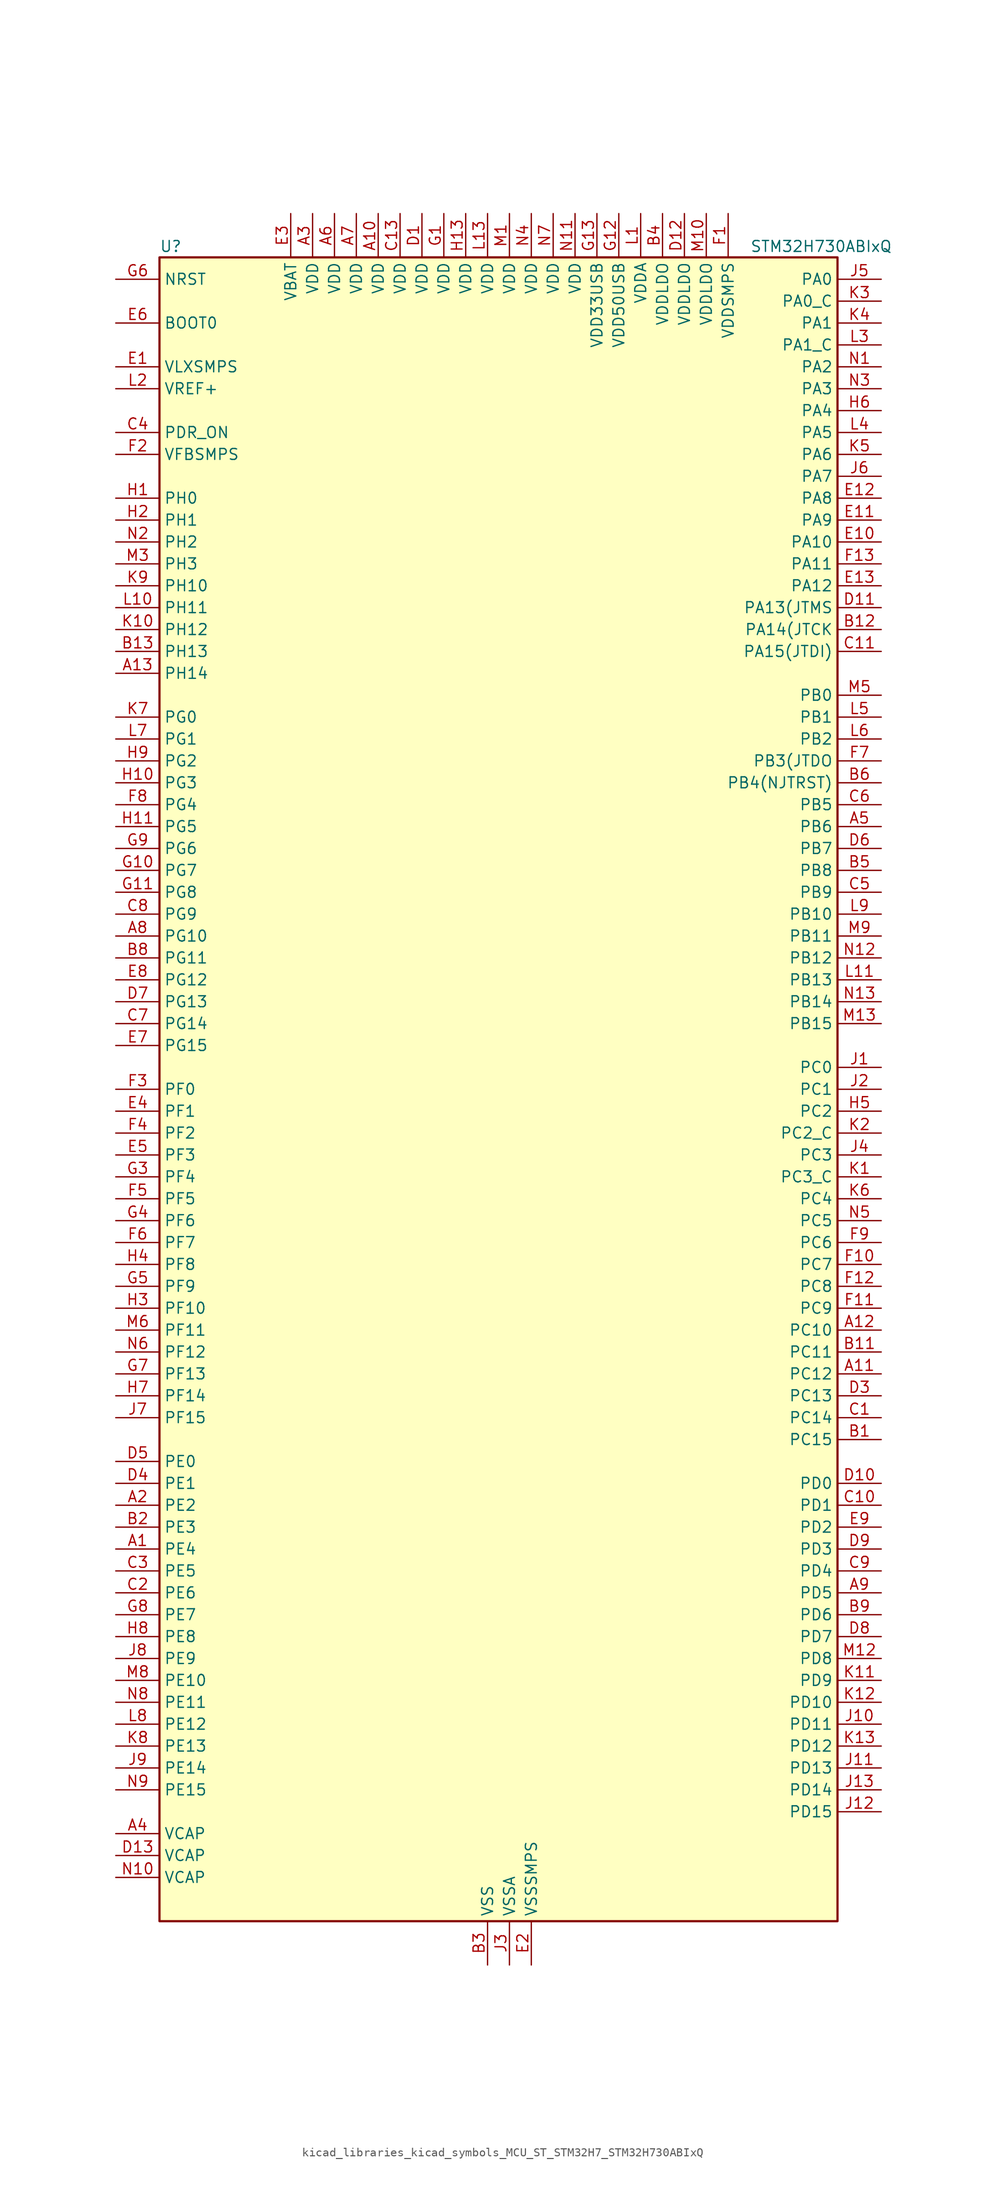
<source format=kicad_sym>
(kicad_symbol_lib
  (version 20220914)
  (generator kicad_symbol_editor)
  (symbol "kicad_libraries_kicad_symbols_MCU_ST_STM32H7_STM32H730ABIxQ"
    (property "Reference" "U"
      (at -38.1 97.79 0)
      (effects (font (size 1.27 1.27)) (justify left)))
    (property "Value" "STM32H730ABIxQ"
      (at 30.48 97.79 0)
      (effects (font (size 1.27 1.27)) (justify left)))
    (property "ki_locked" ""
      (at 0 0 0)
      (effects (font (size 1.27 1.27))))
    (symbol "kicad_libraries_kicad_symbols_MCU_ST_STM32H7_STM32H730ABIxQ_0_1"
      (rectangle (start -38.1 -96.52) (end 40.64 96.52) (stroke (width 0.254) (type default)) (fill (type background))))
    (symbol "kicad_libraries_kicad_symbols_MCU_ST_STM32H7_STM32H730ABIxQ_1_1"
      (pin bidirectional line (at -43.18 -53.34 0) (length 5.08) (name "PE4" (effects (font (size 1.27 1.27)))) (number "A1" (effects (font (size 1.27 1.27)))) (alternate "DCMI_D4" bidirectional line) (alternate "DEBUG_TRACED1" bidirectional line) (alternate "DFSDM1_DATIN3" bidirectional line) (alternate "FMC_A20" bidirectional line) (alternate "LTDC_B0" bidirectional line) (alternate "PSSI_D4" bidirectional line) (alternate "SAI1_D2" bidirectional line) (alternate "SAI1_FS_A" bidirectional line) (alternate "SAI4_D2" bidirectional line) (alternate "SAI4_FS_A" bidirectional line) (alternate "SPI4_NSS" bidirectional line) (alternate "TIM15_CH1N" bidirectional line))
      (pin power_in line (at -12.7 101.6 270) (length 5.08) (name "VDD" (effects (font (size 1.27 1.27)))) (number "A10" (effects (font (size 1.27 1.27)))))
      (pin bidirectional line (at 45.72 -33.02 180) (length 5.08) (name "PC12" (effects (font (size 1.27 1.27)))) (number "A11" (effects (font (size 1.27 1.27)))) (alternate "DCMI_D9" bidirectional line) (alternate "DEBUG_TRACED3" bidirectional line) (alternate "FMC_D6" bidirectional line) (alternate "FMC_DA6" bidirectional line) (alternate "I2C5_SMBA" bidirectional line) (alternate "I2S3_SDO" bidirectional line) (alternate "I2S6_CK" bidirectional line) (alternate "LTDC_R6" bidirectional line) (alternate "PSSI_D9" bidirectional line) (alternate "SDMMC1_CK" bidirectional line) (alternate "SPI3_MOSI" bidirectional line) (alternate "SPI6_SCK" bidirectional line) (alternate "TIM15_CH1" bidirectional line) (alternate "UART5_TX" bidirectional line) (alternate "USART3_CK" bidirectional line))
      (pin bidirectional line (at 45.72 -27.94 180) (length 5.08) (name "PC10" (effects (font (size 1.27 1.27)))) (number "A12" (effects (font (size 1.27 1.27)))) (alternate "DCMI_D8" bidirectional line) (alternate "DFSDM1_CKIN5" bidirectional line) (alternate "I2C5_SDA" bidirectional line) (alternate "I2S3_CK" bidirectional line) (alternate "LTDC_B1" bidirectional line) (alternate "LTDC_R2" bidirectional line) (alternate "OCTOSPIM_P1_IO1" bidirectional line) (alternate "PSSI_D8" bidirectional line) (alternate "SDMMC1_D2" bidirectional line) (alternate "SPI3_SCK" bidirectional line) (alternate "SWPMI1_RX" bidirectional line) (alternate "UART4_TX" bidirectional line) (alternate "USART3_TX" bidirectional line))
      (pin bidirectional line (at -43.18 48.26 0) (length 5.08) (name "PH14" (effects (font (size 1.27 1.27)))) (number "A13" (effects (font (size 1.27 1.27)))) (alternate "DCMI_D4" bidirectional line) (alternate "FDCAN1_RX" bidirectional line) (alternate "FMC_D22" bidirectional line) (alternate "LTDC_G3" bidirectional line) (alternate "PSSI_D4" bidirectional line) (alternate "TIM8_CH2N" bidirectional line) (alternate "UART4_RX" bidirectional line))
      (pin bidirectional line (at -43.18 -48.26 0) (length 5.08) (name "PE2" (effects (font (size 1.27 1.27)))) (number "A2" (effects (font (size 1.27 1.27)))) (alternate "DEBUG_TRACECLK" bidirectional line) (alternate "ETH_TXD3" bidirectional line) (alternate "FMC_A23" bidirectional line) (alternate "OCTOSPIM_P1_IO2" bidirectional line) (alternate "SAI1_CK1" bidirectional line) (alternate "SAI1_MCLK_A" bidirectional line) (alternate "SAI4_CK1" bidirectional line) (alternate "SAI4_MCLK_A" bidirectional line) (alternate "SPI4_SCK" bidirectional line) (alternate "USART10_RX" bidirectional line))
      (pin power_in line (at -20.32 101.6 270) (length 5.08) (name "VDD" (effects (font (size 1.27 1.27)))) (number "A3" (effects (font (size 1.27 1.27)))))
      (pin power_out line (at -43.18 -86.36 0) (length 5.08) (name "VCAP" (effects (font (size 1.27 1.27)))) (number "A4" (effects (font (size 1.27 1.27)))))
      (pin bidirectional line (at 45.72 30.48 180) (length 5.08) (name "PB6" (effects (font (size 1.27 1.27)))) (number "A5" (effects (font (size 1.27 1.27)))) (alternate "CEC" bidirectional line) (alternate "DCMI_D5" bidirectional line) (alternate "DFSDM1_DATIN5" bidirectional line) (alternate "FDCAN2_TX" bidirectional line) (alternate "FMC_SDNE1" bidirectional line) (alternate "I2C1_SCL" bidirectional line) (alternate "I2C4_SCL" bidirectional line) (alternate "LPUART1_TX" bidirectional line) (alternate "OCTOSPIM_P1_NCS" bidirectional line) (alternate "PSSI_D5" bidirectional line) (alternate "TIM16_CH1N" bidirectional line) (alternate "TIM4_CH1" bidirectional line) (alternate "UART5_TX" bidirectional line) (alternate "USART1_TX" bidirectional line))
      (pin power_in line (at -17.78 101.6 270) (length 5.08) (name "VDD" (effects (font (size 1.27 1.27)))) (number "A6" (effects (font (size 1.27 1.27)))))
      (pin power_in line (at -15.24 101.6 270) (length 5.08) (name "VDD" (effects (font (size 1.27 1.27)))) (number "A7" (effects (font (size 1.27 1.27)))))
      (pin bidirectional line (at -43.18 17.78 0) (length 5.08) (name "PG10" (effects (font (size 1.27 1.27)))) (number "A8" (effects (font (size 1.27 1.27)))) (alternate "DCMI_D2" bidirectional line) (alternate "FDCAN3_RX" bidirectional line) (alternate "FMC_NE3" bidirectional line) (alternate "I2S1_WS" bidirectional line) (alternate "LTDC_B2" bidirectional line) (alternate "LTDC_G3" bidirectional line) (alternate "OCTOSPIM_P2_IO6" bidirectional line) (alternate "PSSI_D2" bidirectional line) (alternate "SAI4_SD_B" bidirectional line) (alternate "SDMMC2_D1" bidirectional line) (alternate "SPI1_NSS" bidirectional line))
      (pin bidirectional line (at 45.72 -58.42 180) (length 5.08) (name "PD5" (effects (font (size 1.27 1.27)))) (number "A9" (effects (font (size 1.27 1.27)))) (alternate "FMC_NWE" bidirectional line) (alternate "OCTOSPIM_P1_IO5" bidirectional line) (alternate "USART2_TX" bidirectional line))
      (pin bidirectional line (at 45.72 -40.64 180) (length 5.08) (name "PC15" (effects (font (size 1.27 1.27)))) (number "B1" (effects (font (size 1.27 1.27)))) (alternate "ADC1_EXTI15" bidirectional line) (alternate "ADC2_EXTI15" bidirectional line) (alternate "ADC3_EXTI15" bidirectional line) (alternate "RCC_OSC32_OUT" bidirectional line))
      (pin passive line (at 0 -101.6 90) (length 5.08) hide (name "VSS" (effects (font (size 1.27 1.27)))) (number "B10" (effects (font (size 1.27 1.27)))))
      (pin bidirectional line (at 45.72 -30.48 180) (length 5.08) (name "PC11" (effects (font (size 1.27 1.27)))) (number "B11" (effects (font (size 1.27 1.27)))) (alternate "ADC1_EXTI11" bidirectional line) (alternate "ADC2_EXTI11" bidirectional line) (alternate "ADC3_EXTI11" bidirectional line) (alternate "DCMI_D4" bidirectional line) (alternate "DFSDM1_DATIN5" bidirectional line) (alternate "I2C5_SCL" bidirectional line) (alternate "I2S3_SDI" bidirectional line) (alternate "LTDC_B4" bidirectional line) (alternate "OCTOSPIM_P1_NCS" bidirectional line) (alternate "PSSI_D4" bidirectional line) (alternate "SDMMC1_D3" bidirectional line) (alternate "SPI3_MISO" bidirectional line) (alternate "UART4_RX" bidirectional line) (alternate "USART3_RX" bidirectional line))
      (pin bidirectional line (at 45.72 53.34 180) (length 5.08) (name "PA14(JTCK" (effects (font (size 1.27 1.27)))) (number "B12" (effects (font (size 1.27 1.27)))) (alternate "DEBUG_JTCK-SWCLK" bidirectional line))
      (pin bidirectional line (at -43.18 50.8 0) (length 5.08) (name "PH13" (effects (font (size 1.27 1.27)))) (number "B13" (effects (font (size 1.27 1.27)))) (alternate "FDCAN1_TX" bidirectional line) (alternate "FMC_D21" bidirectional line) (alternate "LTDC_G2" bidirectional line) (alternate "TIM8_CH1N" bidirectional line) (alternate "UART4_TX" bidirectional line))
      (pin bidirectional line (at -43.18 -50.8 0) (length 5.08) (name "PE3" (effects (font (size 1.27 1.27)))) (number "B2" (effects (font (size 1.27 1.27)))) (alternate "DEBUG_TRACED0" bidirectional line) (alternate "FMC_A19" bidirectional line) (alternate "SAI1_SD_B" bidirectional line) (alternate "SAI4_SD_B" bidirectional line) (alternate "TIM15_BKIN" bidirectional line) (alternate "USART10_TX" bidirectional line))
      (pin power_in line (at 0 -101.6 90) (length 5.08) (name "VSS" (effects (font (size 1.27 1.27)))) (number "B3" (effects (font (size 1.27 1.27)))))
      (pin power_in line (at 20.32 101.6 270) (length 5.08) (name "VDDLDO" (effects (font (size 1.27 1.27)))) (number "B4" (effects (font (size 1.27 1.27)))))
      (pin bidirectional line (at 45.72 25.4 180) (length 5.08) (name "PB8" (effects (font (size 1.27 1.27)))) (number "B5" (effects (font (size 1.27 1.27)))) (alternate "DCMI_D6" bidirectional line) (alternate "DFSDM1_CKIN7" bidirectional line) (alternate "ETH_TXD3" bidirectional line) (alternate "FDCAN1_RX" bidirectional line) (alternate "I2C1_SCL" bidirectional line) (alternate "I2C4_SCL" bidirectional line) (alternate "LTDC_B6" bidirectional line) (alternate "PSSI_D6" bidirectional line) (alternate "SDMMC1_CKIN" bidirectional line) (alternate "SDMMC1_D4" bidirectional line) (alternate "SDMMC2_D4" bidirectional line) (alternate "TIM16_CH1" bidirectional line) (alternate "TIM4_CH3" bidirectional line) (alternate "UART4_RX" bidirectional line))
      (pin bidirectional line (at 45.72 35.56 180) (length 5.08) (name "PB4(NJTRST)" (effects (font (size 1.27 1.27)))) (number "B6" (effects (font (size 1.27 1.27)))) (alternate "DEBUG_JTRST" bidirectional line) (alternate "I2S1_SDI" bidirectional line) (alternate "I2S2_WS" bidirectional line) (alternate "I2S3_SDI" bidirectional line) (alternate "I2S6_SDI" bidirectional line) (alternate "SDMMC2_D3" bidirectional line) (alternate "SPI1_MISO" bidirectional line) (alternate "SPI2_NSS" bidirectional line) (alternate "SPI3_MISO" bidirectional line) (alternate "SPI6_MISO" bidirectional line) (alternate "TIM16_BKIN" bidirectional line) (alternate "TIM3_CH1" bidirectional line) (alternate "UART7_TX" bidirectional line))
      (pin passive line (at 0 -101.6 90) (length 5.08) hide (name "VSS" (effects (font (size 1.27 1.27)))) (number "B7" (effects (font (size 1.27 1.27)))))
      (pin bidirectional line (at -43.18 15.24 0) (length 5.08) (name "PG11" (effects (font (size 1.27 1.27)))) (number "B8" (effects (font (size 1.27 1.27)))) (alternate "ADC1_EXTI11" bidirectional line) (alternate "ADC2_EXTI11" bidirectional line) (alternate "ADC3_EXTI11" bidirectional line) (alternate "DCMI_D3" bidirectional line) (alternate "ETH_TX_EN" bidirectional line) (alternate "I2S1_CK" bidirectional line) (alternate "LPTIM1_IN2" bidirectional line) (alternate "LTDC_B3" bidirectional line) (alternate "OCTOSPIM_P2_IO7" bidirectional line) (alternate "PSSI_D3" bidirectional line) (alternate "SDMMC2_D2" bidirectional line) (alternate "SPDIFRX1_IN0" bidirectional line) (alternate "SPI1_SCK" bidirectional line) (alternate "USART10_RX" bidirectional line))
      (pin bidirectional line (at 45.72 -60.96 180) (length 5.08) (name "PD6" (effects (font (size 1.27 1.27)))) (number "B9" (effects (font (size 1.27 1.27)))) (alternate "DCMI_D10" bidirectional line) (alternate "DFSDM1_CKIN4" bidirectional line) (alternate "DFSDM1_DATIN1" bidirectional line) (alternate "FMC_NWAIT" bidirectional line) (alternate "I2S3_SDO" bidirectional line) (alternate "LTDC_B2" bidirectional line) (alternate "OCTOSPIM_P1_IO6" bidirectional line) (alternate "PSSI_D10" bidirectional line) (alternate "SAI1_D1" bidirectional line) (alternate "SAI1_SD_A" bidirectional line) (alternate "SAI4_D1" bidirectional line) (alternate "SAI4_SD_A" bidirectional line) (alternate "SDMMC2_CK" bidirectional line) (alternate "SPI3_MOSI" bidirectional line) (alternate "USART2_RX" bidirectional line))
      (pin bidirectional line (at 45.72 -38.1 180) (length 5.08) (name "PC14" (effects (font (size 1.27 1.27)))) (number "C1" (effects (font (size 1.27 1.27)))) (alternate "RCC_OSC32_IN" bidirectional line))
      (pin bidirectional line (at 45.72 -48.26 180) (length 5.08) (name "PD1" (effects (font (size 1.27 1.27)))) (number "C10" (effects (font (size 1.27 1.27)))) (alternate "DFSDM1_DATIN6" bidirectional line) (alternate "FDCAN1_TX" bidirectional line) (alternate "FMC_D3" bidirectional line) (alternate "FMC_DA3" bidirectional line) (alternate "UART4_TX" bidirectional line))
      (pin bidirectional line (at 45.72 50.8 180) (length 5.08) (name "PA15(JTDI)" (effects (font (size 1.27 1.27)))) (number "C11" (effects (font (size 1.27 1.27)))) (alternate "ADC1_EXTI15" bidirectional line) (alternate "ADC2_EXTI15" bidirectional line) (alternate "ADC3_EXTI15" bidirectional line) (alternate "CEC" bidirectional line) (alternate "DEBUG_JTDI" bidirectional line) (alternate "I2S1_WS" bidirectional line) (alternate "I2S3_WS" bidirectional line) (alternate "I2S6_WS" bidirectional line) (alternate "LTDC_B6" bidirectional line) (alternate "LTDC_R3" bidirectional line) (alternate "SPI1_NSS" bidirectional line) (alternate "SPI3_NSS" bidirectional line) (alternate "SPI6_NSS" bidirectional line) (alternate "TIM2_CH1" bidirectional line) (alternate "TIM2_ETR" bidirectional line) (alternate "UART4_DE" bidirectional line) (alternate "UART4_RTS" bidirectional line) (alternate "UART7_TX" bidirectional line))
      (pin passive line (at 0 -101.6 90) (length 5.08) hide (name "VSS" (effects (font (size 1.27 1.27)))) (number "C12" (effects (font (size 1.27 1.27)))))
      (pin power_in line (at -10.16 101.6 270) (length 5.08) (name "VDD" (effects (font (size 1.27 1.27)))) (number "C13" (effects (font (size 1.27 1.27)))))
      (pin bidirectional line (at -43.18 -58.42 0) (length 5.08) (name "PE6" (effects (font (size 1.27 1.27)))) (number "C2" (effects (font (size 1.27 1.27)))) (alternate "DCMI_D7" bidirectional line) (alternate "DEBUG_TRACED3" bidirectional line) (alternate "FMC_A22" bidirectional line) (alternate "LTDC_G1" bidirectional line) (alternate "PSSI_D7" bidirectional line) (alternate "SAI1_D1" bidirectional line) (alternate "SAI1_SD_A" bidirectional line) (alternate "SAI4_D1" bidirectional line) (alternate "SAI4_MCLK_B" bidirectional line) (alternate "SAI4_SD_A" bidirectional line) (alternate "SPI4_MOSI" bidirectional line) (alternate "TIM15_CH2" bidirectional line) (alternate "TIM1_BKIN2" bidirectional line) (alternate "TIM1_BKIN2_COMP1" bidirectional line) (alternate "TIM1_BKIN2_COMP2" bidirectional line))
      (pin bidirectional line (at -43.18 -55.88 0) (length 5.08) (name "PE5" (effects (font (size 1.27 1.27)))) (number "C3" (effects (font (size 1.27 1.27)))) (alternate "DCMI_D6" bidirectional line) (alternate "DEBUG_TRACED2" bidirectional line) (alternate "DFSDM1_CKIN3" bidirectional line) (alternate "FMC_A21" bidirectional line) (alternate "LTDC_G0" bidirectional line) (alternate "PSSI_D6" bidirectional line) (alternate "SAI1_CK2" bidirectional line) (alternate "SAI1_SCK_A" bidirectional line) (alternate "SAI4_CK2" bidirectional line) (alternate "SAI4_SCK_A" bidirectional line) (alternate "SPI4_MISO" bidirectional line) (alternate "TIM15_CH1" bidirectional line))
      (pin input line (at -43.18 76.2 0) (length 5.08) (name "PDR_ON" (effects (font (size 1.27 1.27)))) (number "C4" (effects (font (size 1.27 1.27)))))
      (pin bidirectional line (at 45.72 22.86 180) (length 5.08) (name "PB9" (effects (font (size 1.27 1.27)))) (number "C5" (effects (font (size 1.27 1.27)))) (alternate "DAC1_EXTI9" bidirectional line) (alternate "DCMI_D7" bidirectional line) (alternate "DFSDM1_DATIN7" bidirectional line) (alternate "FDCAN1_TX" bidirectional line) (alternate "I2C1_SDA" bidirectional line) (alternate "I2C4_SDA" bidirectional line) (alternate "I2C4_SMBA" bidirectional line) (alternate "I2S2_WS" bidirectional line) (alternate "LTDC_B7" bidirectional line) (alternate "PSSI_D7" bidirectional line) (alternate "SDMMC1_CDIR" bidirectional line) (alternate "SDMMC1_D5" bidirectional line) (alternate "SDMMC2_D5" bidirectional line) (alternate "SPI2_NSS" bidirectional line) (alternate "TIM17_CH1" bidirectional line) (alternate "TIM4_CH4" bidirectional line) (alternate "UART4_TX" bidirectional line))
      (pin bidirectional line (at 45.72 33.02 180) (length 5.08) (name "PB5" (effects (font (size 1.27 1.27)))) (number "C6" (effects (font (size 1.27 1.27)))) (alternate "DCMI_D10" bidirectional line) (alternate "ETH_PPS_OUT" bidirectional line) (alternate "FDCAN2_RX" bidirectional line) (alternate "FMC_SDCKE1" bidirectional line) (alternate "I2C1_SMBA" bidirectional line) (alternate "I2C4_SMBA" bidirectional line) (alternate "I2S1_SDO" bidirectional line) (alternate "I2S3_SDO" bidirectional line) (alternate "I2S6_SDO" bidirectional line) (alternate "LTDC_B5" bidirectional line) (alternate "PSSI_D10" bidirectional line) (alternate "SPI1_MOSI" bidirectional line) (alternate "SPI3_MOSI" bidirectional line) (alternate "SPI6_MOSI" bidirectional line) (alternate "TIM17_BKIN" bidirectional line) (alternate "TIM3_CH2" bidirectional line) (alternate "UART5_RX" bidirectional line) (alternate "USB_OTG_HS_ULPI_D7" bidirectional line))
      (pin bidirectional line (at -43.18 7.62 0) (length 5.08) (name "PG14" (effects (font (size 1.27 1.27)))) (number "C7" (effects (font (size 1.27 1.27)))) (alternate "DEBUG_TRACED1" bidirectional line) (alternate "ETH_TXD1" bidirectional line) (alternate "FMC_A25" bidirectional line) (alternate "I2S6_SDO" bidirectional line) (alternate "LPTIM1_ETR" bidirectional line) (alternate "LTDC_B0" bidirectional line) (alternate "OCTOSPIM_P1_IO7" bidirectional line) (alternate "SDMMC2_D7" bidirectional line) (alternate "SPI6_MOSI" bidirectional line) (alternate "TIM23_CH3" bidirectional line) (alternate "USART10_DE" bidirectional line) (alternate "USART10_RTS" bidirectional line) (alternate "USART6_TX" bidirectional line))
      (pin bidirectional line (at -43.18 20.32 0) (length 5.08) (name "PG9" (effects (font (size 1.27 1.27)))) (number "C8" (effects (font (size 1.27 1.27)))) (alternate "DAC1_EXTI9" bidirectional line) (alternate "DCMI_VSYNC" bidirectional line) (alternate "FDCAN3_TX" bidirectional line) (alternate "FMC_NCE" bidirectional line) (alternate "FMC_NE2" bidirectional line) (alternate "I2S1_SDI" bidirectional line) (alternate "OCTOSPIM_P1_IO6" bidirectional line) (alternate "PSSI_RDY" bidirectional line) (alternate "SAI4_FS_B" bidirectional line) (alternate "SDMMC2_D0" bidirectional line) (alternate "SPDIFRX1_IN3" bidirectional line) (alternate "SPI1_MISO" bidirectional line) (alternate "USART6_RX" bidirectional line))
      (pin bidirectional line (at 45.72 -55.88 180) (length 5.08) (name "PD4" (effects (font (size 1.27 1.27)))) (number "C9" (effects (font (size 1.27 1.27)))) (alternate "FMC_NOE" bidirectional line) (alternate "OCTOSPIM_P1_IO4" bidirectional line) (alternate "USART2_DE" bidirectional line) (alternate "USART2_RTS" bidirectional line))
      (pin power_in line (at -7.62 101.6 270) (length 5.08) (name "VDD" (effects (font (size 1.27 1.27)))) (number "D1" (effects (font (size 1.27 1.27)))))
      (pin bidirectional line (at 45.72 -45.72 180) (length 5.08) (name "PD0" (effects (font (size 1.27 1.27)))) (number "D10" (effects (font (size 1.27 1.27)))) (alternate "DFSDM1_CKIN6" bidirectional line) (alternate "FDCAN1_RX" bidirectional line) (alternate "FMC_D2" bidirectional line) (alternate "FMC_DA2" bidirectional line) (alternate "LTDC_B1" bidirectional line) (alternate "UART4_RX" bidirectional line) (alternate "UART9_CTS" bidirectional line))
      (pin bidirectional line (at 45.72 55.88 180) (length 5.08) (name "PA13(JTMS" (effects (font (size 1.27 1.27)))) (number "D11" (effects (font (size 1.27 1.27)))) (alternate "DEBUG_JTMS-SWDIO" bidirectional line))
      (pin power_in line (at 22.86 101.6 270) (length 5.08) (name "VDDLDO" (effects (font (size 1.27 1.27)))) (number "D12" (effects (font (size 1.27 1.27)))))
      (pin power_out line (at -43.18 -88.9 0) (length 5.08) (name "VCAP" (effects (font (size 1.27 1.27)))) (number "D13" (effects (font (size 1.27 1.27)))))
      (pin passive line (at 0 -101.6 90) (length 5.08) hide (name "VSS" (effects (font (size 1.27 1.27)))) (number "D2" (effects (font (size 1.27 1.27)))))
      (pin bidirectional line (at 45.72 -35.56 180) (length 5.08) (name "PC13" (effects (font (size 1.27 1.27)))) (number "D3" (effects (font (size 1.27 1.27)))) (alternate "PWR_WKUP4" bidirectional line) (alternate "RTC_OUT_ALARM" bidirectional line) (alternate "RTC_OUT_CALIB" bidirectional line) (alternate "RTC_TAMP1" bidirectional line) (alternate "RTC_TS" bidirectional line))
      (pin bidirectional line (at -43.18 -45.72 0) (length 5.08) (name "PE1" (effects (font (size 1.27 1.27)))) (number "D4" (effects (font (size 1.27 1.27)))) (alternate "DCMI_D3" bidirectional line) (alternate "FMC_NBL1" bidirectional line) (alternate "LPTIM1_IN2" bidirectional line) (alternate "LTDC_R6" bidirectional line) (alternate "PSSI_D3" bidirectional line) (alternate "UART8_TX" bidirectional line))
      (pin bidirectional line (at -43.18 -43.18 0) (length 5.08) (name "PE0" (effects (font (size 1.27 1.27)))) (number "D5" (effects (font (size 1.27 1.27)))) (alternate "DCMI_D2" bidirectional line) (alternate "FMC_NBL0" bidirectional line) (alternate "LPTIM1_ETR" bidirectional line) (alternate "LPTIM2_ETR" bidirectional line) (alternate "LTDC_R0" bidirectional line) (alternate "PSSI_D2" bidirectional line) (alternate "SAI4_MCLK_A" bidirectional line) (alternate "TIM4_ETR" bidirectional line) (alternate "UART8_RX" bidirectional line))
      (pin bidirectional line (at 45.72 27.94 180) (length 5.08) (name "PB7" (effects (font (size 1.27 1.27)))) (number "D6" (effects (font (size 1.27 1.27)))) (alternate "DCMI_VSYNC" bidirectional line) (alternate "DFSDM1_CKIN5" bidirectional line) (alternate "FMC_NL" bidirectional line) (alternate "I2C1_SDA" bidirectional line) (alternate "I2C4_SDA" bidirectional line) (alternate "LPUART1_RX" bidirectional line) (alternate "PSSI_RDY" bidirectional line) (alternate "PWR_PVD_IN" bidirectional line) (alternate "TIM17_CH1N" bidirectional line) (alternate "TIM4_CH2" bidirectional line) (alternate "USART1_RX" bidirectional line))
      (pin bidirectional line (at -43.18 10.16 0) (length 5.08) (name "PG13" (effects (font (size 1.27 1.27)))) (number "D7" (effects (font (size 1.27 1.27)))) (alternate "DEBUG_TRACED0" bidirectional line) (alternate "ETH_TXD0" bidirectional line) (alternate "FMC_A24" bidirectional line) (alternate "I2S6_CK" bidirectional line) (alternate "LPTIM1_OUT" bidirectional line) (alternate "LTDC_R0" bidirectional line) (alternate "SDMMC2_D6" bidirectional line) (alternate "SPI6_SCK" bidirectional line) (alternate "TIM23_CH2" bidirectional line) (alternate "USART10_CTS" bidirectional line) (alternate "USART10_NSS" bidirectional line) (alternate "USART6_CTS" bidirectional line) (alternate "USART6_NSS" bidirectional line))
      (pin bidirectional line (at 45.72 -63.5 180) (length 5.08) (name "PD7" (effects (font (size 1.27 1.27)))) (number "D8" (effects (font (size 1.27 1.27)))) (alternate "DFSDM1_CKIN1" bidirectional line) (alternate "DFSDM1_DATIN4" bidirectional line) (alternate "FMC_NE1" bidirectional line) (alternate "I2S1_SDO" bidirectional line) (alternate "OCTOSPIM_P1_IO7" bidirectional line) (alternate "SDMMC2_CMD" bidirectional line) (alternate "SPDIFRX1_IN0" bidirectional line) (alternate "SPI1_MOSI" bidirectional line) (alternate "USART2_CK" bidirectional line))
      (pin bidirectional line (at 45.72 -53.34 180) (length 5.08) (name "PD3" (effects (font (size 1.27 1.27)))) (number "D9" (effects (font (size 1.27 1.27)))) (alternate "DCMI_D5" bidirectional line) (alternate "DFSDM1_CKOUT" bidirectional line) (alternate "FMC_CLK" bidirectional line) (alternate "I2S2_CK" bidirectional line) (alternate "LTDC_G7" bidirectional line) (alternate "PSSI_D5" bidirectional line) (alternate "SPI2_SCK" bidirectional line) (alternate "USART2_CTS" bidirectional line) (alternate "USART2_NSS" bidirectional line))
      (pin power_in line (at -43.18 83.82 0) (length 5.08) (name "VLXSMPS" (effects (font (size 1.27 1.27)))) (number "E1" (effects (font (size 1.27 1.27)))))
      (pin bidirectional line (at 45.72 63.5 180) (length 5.08) (name "PA10" (effects (font (size 1.27 1.27)))) (number "E10" (effects (font (size 1.27 1.27)))) (alternate "DCMI_D1" bidirectional line) (alternate "LPUART1_RX" bidirectional line) (alternate "LTDC_B1" bidirectional line) (alternate "LTDC_B4" bidirectional line) (alternate "MDIOS_MDIO" bidirectional line) (alternate "PSSI_D1" bidirectional line) (alternate "TIM1_CH3" bidirectional line) (alternate "USART1_RX" bidirectional line) (alternate "USB_OTG_HS_ID" bidirectional line))
      (pin bidirectional line (at 45.72 66.04 180) (length 5.08) (name "PA9" (effects (font (size 1.27 1.27)))) (number "E11" (effects (font (size 1.27 1.27)))) (alternate "DAC1_EXTI9" bidirectional line) (alternate "DCMI_D0" bidirectional line) (alternate "ETH_TX_ER" bidirectional line) (alternate "I2C3_SMBA" bidirectional line) (alternate "I2C5_SMBA" bidirectional line) (alternate "I2S2_CK" bidirectional line) (alternate "LPUART1_TX" bidirectional line) (alternate "LTDC_R5" bidirectional line) (alternate "PSSI_D0" bidirectional line) (alternate "SPI2_SCK" bidirectional line) (alternate "TIM1_CH2" bidirectional line) (alternate "USART1_TX" bidirectional line) (alternate "USB_OTG_HS_VBUS" bidirectional line))
      (pin bidirectional line (at 45.72 68.58 180) (length 5.08) (name "PA8" (effects (font (size 1.27 1.27)))) (number "E12" (effects (font (size 1.27 1.27)))) (alternate "I2C3_SCL" bidirectional line) (alternate "I2C5_SCL" bidirectional line) (alternate "LTDC_B3" bidirectional line) (alternate "LTDC_R6" bidirectional line) (alternate "RCC_MCO_1" bidirectional line) (alternate "TIM1_CH1" bidirectional line) (alternate "TIM8_BKIN2" bidirectional line) (alternate "TIM8_BKIN2_COMP1" bidirectional line) (alternate "TIM8_BKIN2_COMP2" bidirectional line) (alternate "UART7_RX" bidirectional line) (alternate "USART1_CK" bidirectional line) (alternate "USB_OTG_HS_SOF" bidirectional line))
      (pin bidirectional line (at 45.72 58.42 180) (length 5.08) (name "PA12" (effects (font (size 1.27 1.27)))) (number "E13" (effects (font (size 1.27 1.27)))) (alternate "FDCAN1_TX" bidirectional line) (alternate "I2S2_CK" bidirectional line) (alternate "LPUART1_DE" bidirectional line) (alternate "LPUART1_RTS" bidirectional line) (alternate "LTDC_R5" bidirectional line) (alternate "SAI4_FS_B" bidirectional line) (alternate "SPI2_SCK" bidirectional line) (alternate "TIM1_BKIN2" bidirectional line) (alternate "TIM1_ETR" bidirectional line) (alternate "UART4_TX" bidirectional line) (alternate "USART1_DE" bidirectional line) (alternate "USART1_RTS" bidirectional line) (alternate "USB_OTG_HS_DP" bidirectional line))
      (pin power_in line (at 5.08 -101.6 90) (length 5.08) (name "VSSSMPS" (effects (font (size 1.27 1.27)))) (number "E2" (effects (font (size 1.27 1.27)))))
      (pin power_in line (at -22.86 101.6 270) (length 5.08) (name "VBAT" (effects (font (size 1.27 1.27)))) (number "E3" (effects (font (size 1.27 1.27)))))
      (pin bidirectional line (at -43.18 -2.54 0) (length 5.08) (name "PF1" (effects (font (size 1.27 1.27)))) (number "E4" (effects (font (size 1.27 1.27)))) (alternate "FMC_A1" bidirectional line) (alternate "I2C2_SCL" bidirectional line) (alternate "I2C5_SCL" bidirectional line) (alternate "OCTOSPIM_P2_IO1" bidirectional line) (alternate "TIM23_CH2" bidirectional line))
      (pin bidirectional line (at -43.18 -7.62 0) (length 5.08) (name "PF3" (effects (font (size 1.27 1.27)))) (number "E5" (effects (font (size 1.27 1.27)))) (alternate "ADC3_INP5" bidirectional line) (alternate "FMC_A3" bidirectional line) (alternate "OCTOSPIM_P2_IO3" bidirectional line) (alternate "TIM23_CH4" bidirectional line))
      (pin input line (at -43.18 88.9 0) (length 5.08) (name "BOOT0" (effects (font (size 1.27 1.27)))) (number "E6" (effects (font (size 1.27 1.27)))))
      (pin bidirectional line (at -43.18 5.08 0) (length 5.08) (name "PG15" (effects (font (size 1.27 1.27)))) (number "E7" (effects (font (size 1.27 1.27)))) (alternate "ADC1_EXTI15" bidirectional line) (alternate "ADC2_EXTI15" bidirectional line) (alternate "ADC3_EXTI15" bidirectional line) (alternate "DCMI_D13" bidirectional line) (alternate "FMC_SDNCAS" bidirectional line) (alternate "OCTOSPIM_P2_DQS" bidirectional line) (alternate "PSSI_D13" bidirectional line) (alternate "USART10_CK" bidirectional line) (alternate "USART6_CTS" bidirectional line) (alternate "USART6_NSS" bidirectional line))
      (pin bidirectional line (at -43.18 12.7 0) (length 5.08) (name "PG12" (effects (font (size 1.27 1.27)))) (number "E8" (effects (font (size 1.27 1.27)))) (alternate "ETH_TXD1" bidirectional line) (alternate "FMC_NE4" bidirectional line) (alternate "I2S6_SDI" bidirectional line) (alternate "LPTIM1_IN1" bidirectional line) (alternate "LTDC_B1" bidirectional line) (alternate "LTDC_B4" bidirectional line) (alternate "OCTOSPIM_P2_NCS" bidirectional line) (alternate "SDMMC2_D3" bidirectional line) (alternate "SPDIFRX1_IN1" bidirectional line) (alternate "SPI6_MISO" bidirectional line) (alternate "TIM23_CH1" bidirectional line) (alternate "USART10_TX" bidirectional line) (alternate "USART6_DE" bidirectional line) (alternate "USART6_RTS" bidirectional line))
      (pin bidirectional line (at 45.72 -50.8 180) (length 5.08) (name "PD2" (effects (font (size 1.27 1.27)))) (number "E9" (effects (font (size 1.27 1.27)))) (alternate "DCMI_D11" bidirectional line) (alternate "DEBUG_TRACED2" bidirectional line) (alternate "FMC_D7" bidirectional line) (alternate "FMC_DA7" bidirectional line) (alternate "LTDC_B2" bidirectional line) (alternate "LTDC_B7" bidirectional line) (alternate "PSSI_D11" bidirectional line) (alternate "SDMMC1_CMD" bidirectional line) (alternate "TIM15_BKIN" bidirectional line) (alternate "TIM3_ETR" bidirectional line) (alternate "UART5_RX" bidirectional line))
      (pin power_in line (at 27.94 101.6 270) (length 5.08) (name "VDDSMPS" (effects (font (size 1.27 1.27)))) (number "F1" (effects (font (size 1.27 1.27)))))
      (pin bidirectional line (at 45.72 -20.32 180) (length 5.08) (name "PC7" (effects (font (size 1.27 1.27)))) (number "F10" (effects (font (size 1.27 1.27)))) (alternate "DCMI_D1" bidirectional line) (alternate "DEBUG_TRGIO" bidirectional line) (alternate "DFSDM1_DATIN3" bidirectional line) (alternate "FMC_NE1" bidirectional line) (alternate "I2S3_MCK" bidirectional line) (alternate "LTDC_G6" bidirectional line) (alternate "PSSI_D1" bidirectional line) (alternate "SDMMC1_D123DIR" bidirectional line) (alternate "SDMMC1_D7" bidirectional line) (alternate "SDMMC2_D7" bidirectional line) (alternate "SWPMI1_TX" bidirectional line) (alternate "TIM3_CH2" bidirectional line) (alternate "TIM8_CH2" bidirectional line) (alternate "USART6_RX" bidirectional line))
      (pin bidirectional line (at 45.72 -25.4 180) (length 5.08) (name "PC9" (effects (font (size 1.27 1.27)))) (number "F11" (effects (font (size 1.27 1.27)))) (alternate "DAC1_EXTI9" bidirectional line) (alternate "DCMI_D3" bidirectional line) (alternate "I2C3_SDA" bidirectional line) (alternate "I2C5_SDA" bidirectional line) (alternate "I2S_CKIN" bidirectional line) (alternate "LTDC_B2" bidirectional line) (alternate "LTDC_G3" bidirectional line) (alternate "OCTOSPIM_P1_IO0" bidirectional line) (alternate "PSSI_D3" bidirectional line) (alternate "RCC_MCO_2" bidirectional line) (alternate "SDMMC1_D1" bidirectional line) (alternate "SWPMI1_SUSPEND" bidirectional line) (alternate "TIM3_CH4" bidirectional line) (alternate "TIM8_CH4" bidirectional line) (alternate "UART5_CTS" bidirectional line))
      (pin bidirectional line (at 45.72 -22.86 180) (length 5.08) (name "PC8" (effects (font (size 1.27 1.27)))) (number "F12" (effects (font (size 1.27 1.27)))) (alternate "DCMI_D2" bidirectional line) (alternate "DEBUG_TRACED1" bidirectional line) (alternate "FMC_INT" bidirectional line) (alternate "FMC_NCE" bidirectional line) (alternate "FMC_NE2" bidirectional line) (alternate "PSSI_D2" bidirectional line) (alternate "SDMMC1_D0" bidirectional line) (alternate "SWPMI1_RX" bidirectional line) (alternate "TIM3_CH3" bidirectional line) (alternate "TIM8_CH3" bidirectional line) (alternate "UART5_DE" bidirectional line) (alternate "UART5_RTS" bidirectional line) (alternate "USART6_CK" bidirectional line))
      (pin bidirectional line (at 45.72 60.96 180) (length 5.08) (name "PA11" (effects (font (size 1.27 1.27)))) (number "F13" (effects (font (size 1.27 1.27)))) (alternate "ADC1_EXTI11" bidirectional line) (alternate "ADC2_EXTI11" bidirectional line) (alternate "ADC3_EXTI11" bidirectional line) (alternate "FDCAN1_RX" bidirectional line) (alternate "I2S2_WS" bidirectional line) (alternate "LPUART1_CTS" bidirectional line) (alternate "LTDC_R4" bidirectional line) (alternate "SPI2_NSS" bidirectional line) (alternate "TIM1_CH4" bidirectional line) (alternate "UART4_RX" bidirectional line) (alternate "USART1_CTS" bidirectional line) (alternate "USART1_NSS" bidirectional line) (alternate "USB_OTG_HS_DM" bidirectional line))
      (pin input line (at -43.18 73.66 0) (length 5.08) (name "VFBSMPS" (effects (font (size 1.27 1.27)))) (number "F2" (effects (font (size 1.27 1.27)))))
      (pin bidirectional line (at -43.18 0 0) (length 5.08) (name "PF0" (effects (font (size 1.27 1.27)))) (number "F3" (effects (font (size 1.27 1.27)))) (alternate "FMC_A0" bidirectional line) (alternate "I2C2_SDA" bidirectional line) (alternate "I2C5_SDA" bidirectional line) (alternate "OCTOSPIM_P2_IO0" bidirectional line) (alternate "TIM23_CH1" bidirectional line))
      (pin bidirectional line (at -43.18 -5.08 0) (length 5.08) (name "PF2" (effects (font (size 1.27 1.27)))) (number "F4" (effects (font (size 1.27 1.27)))) (alternate "FMC_A2" bidirectional line) (alternate "I2C2_SMBA" bidirectional line) (alternate "I2C5_SMBA" bidirectional line) (alternate "OCTOSPIM_P2_IO2" bidirectional line) (alternate "TIM23_CH3" bidirectional line))
      (pin bidirectional line (at -43.18 -12.7 0) (length 5.08) (name "PF5" (effects (font (size 1.27 1.27)))) (number "F5" (effects (font (size 1.27 1.27)))) (alternate "ADC3_INP4" bidirectional line) (alternate "FMC_A5" bidirectional line) (alternate "OCTOSPIM_P2_NCLK" bidirectional line))
      (pin bidirectional line (at -43.18 -17.78 0) (length 5.08) (name "PF7" (effects (font (size 1.27 1.27)))) (number "F6" (effects (font (size 1.27 1.27)))) (alternate "ADC3_INP3" bidirectional line) (alternate "FDCAN3_TX" bidirectional line) (alternate "OCTOSPIM_P1_IO2" bidirectional line) (alternate "SAI1_MCLK_B" bidirectional line) (alternate "SAI4_MCLK_B" bidirectional line) (alternate "SPI5_SCK" bidirectional line) (alternate "TIM17_CH1" bidirectional line) (alternate "TIM23_CH2" bidirectional line) (alternate "UART7_TX" bidirectional line))
      (pin bidirectional line (at 45.72 38.1 180) (length 5.08) (name "PB3(JTDO" (effects (font (size 1.27 1.27)))) (number "F7" (effects (font (size 1.27 1.27)))) (alternate "CRS_SYNC" bidirectional line) (alternate "DEBUG_JTDO-SWO" bidirectional line) (alternate "I2S1_CK" bidirectional line) (alternate "I2S3_CK" bidirectional line) (alternate "I2S6_CK" bidirectional line) (alternate "SDMMC2_D2" bidirectional line) (alternate "SPI1_SCK" bidirectional line) (alternate "SPI3_SCK" bidirectional line) (alternate "SPI6_SCK" bidirectional line) (alternate "TIM24_ETR" bidirectional line) (alternate "TIM2_CH2" bidirectional line) (alternate "UART7_RX" bidirectional line))
      (pin bidirectional line (at -43.18 33.02 0) (length 5.08) (name "PG4" (effects (font (size 1.27 1.27)))) (number "F8" (effects (font (size 1.27 1.27)))) (alternate "FMC_A14" bidirectional line) (alternate "FMC_BA0" bidirectional line) (alternate "TIM1_BKIN2" bidirectional line) (alternate "TIM1_BKIN2_COMP1" bidirectional line) (alternate "TIM1_BKIN2_COMP2" bidirectional line))
      (pin bidirectional line (at 45.72 -17.78 180) (length 5.08) (name "PC6" (effects (font (size 1.27 1.27)))) (number "F9" (effects (font (size 1.27 1.27)))) (alternate "DCMI_D0" bidirectional line) (alternate "DFSDM1_CKIN3" bidirectional line) (alternate "FMC_NWAIT" bidirectional line) (alternate "I2S2_MCK" bidirectional line) (alternate "LTDC_HSYNC" bidirectional line) (alternate "PSSI_D0" bidirectional line) (alternate "SDMMC1_D0DIR" bidirectional line) (alternate "SDMMC1_D6" bidirectional line) (alternate "SDMMC2_D6" bidirectional line) (alternate "SWPMI1_IO" bidirectional line) (alternate "TIM3_CH1" bidirectional line) (alternate "TIM8_CH1" bidirectional line) (alternate "USART6_TX" bidirectional line))
      (pin power_in line (at -5.08 101.6 270) (length 5.08) (name "VDD" (effects (font (size 1.27 1.27)))) (number "G1" (effects (font (size 1.27 1.27)))))
      (pin bidirectional line (at -43.18 25.4 0) (length 5.08) (name "PG7" (effects (font (size 1.27 1.27)))) (number "G10" (effects (font (size 1.27 1.27)))) (alternate "DCMI_D13" bidirectional line) (alternate "FMC_INT" bidirectional line) (alternate "LTDC_CLK" bidirectional line) (alternate "OCTOSPIM_P2_DQS" bidirectional line) (alternate "PSSI_D13" bidirectional line) (alternate "SAI1_MCLK_A" bidirectional line) (alternate "USART6_CK" bidirectional line))
      (pin bidirectional line (at -43.18 22.86 0) (length 5.08) (name "PG8" (effects (font (size 1.27 1.27)))) (number "G11" (effects (font (size 1.27 1.27)))) (alternate "ETH_PPS_OUT" bidirectional line) (alternate "FMC_SDCLK" bidirectional line) (alternate "I2S6_WS" bidirectional line) (alternate "LTDC_G7" bidirectional line) (alternate "SPDIFRX1_IN2" bidirectional line) (alternate "SPI6_NSS" bidirectional line) (alternate "TIM8_ETR" bidirectional line) (alternate "USART6_DE" bidirectional line) (alternate "USART6_RTS" bidirectional line))
      (pin power_in line (at 15.24 101.6 270) (length 5.08) (name "VDD50USB" (effects (font (size 1.27 1.27)))) (number "G12" (effects (font (size 1.27 1.27)))))
      (pin power_in line (at 12.7 101.6 270) (length 5.08) (name "VDD33USB" (effects (font (size 1.27 1.27)))) (number "G13" (effects (font (size 1.27 1.27)))))
      (pin passive line (at 0 -101.6 90) (length 5.08) hide (name "VSS" (effects (font (size 1.27 1.27)))) (number "G2" (effects (font (size 1.27 1.27)))))
      (pin bidirectional line (at -43.18 -10.16 0) (length 5.08) (name "PF4" (effects (font (size 1.27 1.27)))) (number "G3" (effects (font (size 1.27 1.27)))) (alternate "ADC3_INN5" bidirectional line) (alternate "ADC3_INP9" bidirectional line) (alternate "FMC_A4" bidirectional line) (alternate "OCTOSPIM_P2_CLK" bidirectional line))
      (pin bidirectional line (at -43.18 -15.24 0) (length 5.08) (name "PF6" (effects (font (size 1.27 1.27)))) (number "G4" (effects (font (size 1.27 1.27)))) (alternate "ADC3_INN4" bidirectional line) (alternate "ADC3_INP8" bidirectional line) (alternate "FDCAN3_RX" bidirectional line) (alternate "OCTOSPIM_P1_IO3" bidirectional line) (alternate "SAI1_SD_B" bidirectional line) (alternate "SAI4_SD_B" bidirectional line) (alternate "SPI5_NSS" bidirectional line) (alternate "TIM16_CH1" bidirectional line) (alternate "TIM23_CH1" bidirectional line) (alternate "UART7_RX" bidirectional line))
      (pin bidirectional line (at -43.18 -22.86 0) (length 5.08) (name "PF9" (effects (font (size 1.27 1.27)))) (number "G5" (effects (font (size 1.27 1.27)))) (alternate "ADC3_INP2" bidirectional line) (alternate "DAC1_EXTI9" bidirectional line) (alternate "OCTOSPIM_P1_IO1" bidirectional line) (alternate "SAI1_FS_B" bidirectional line) (alternate "SAI4_FS_B" bidirectional line) (alternate "SPI5_MOSI" bidirectional line) (alternate "TIM14_CH1" bidirectional line) (alternate "TIM17_CH1N" bidirectional line) (alternate "TIM23_CH4" bidirectional line) (alternate "UART7_CTS" bidirectional line))
      (pin input line (at -43.18 93.98 0) (length 5.08) (name "NRST" (effects (font (size 1.27 1.27)))) (number "G6" (effects (font (size 1.27 1.27)))))
      (pin bidirectional line (at -43.18 -33.02 0) (length 5.08) (name "PF13" (effects (font (size 1.27 1.27)))) (number "G7" (effects (font (size 1.27 1.27)))) (alternate "ADC2_INP2" bidirectional line) (alternate "DFSDM1_DATIN6" bidirectional line) (alternate "FMC_A7" bidirectional line) (alternate "I2C4_SMBA" bidirectional line) (alternate "TIM24_CH3" bidirectional line))
      (pin bidirectional line (at -43.18 -60.96 0) (length 5.08) (name "PE7" (effects (font (size 1.27 1.27)))) (number "G8" (effects (font (size 1.27 1.27)))) (alternate "COMP2_INM" bidirectional line) (alternate "DFSDM1_DATIN2" bidirectional line) (alternate "FMC_D4" bidirectional line) (alternate "FMC_DA4" bidirectional line) (alternate "OCTOSPIM_P1_IO4" bidirectional line) (alternate "OPAMP2_VOUT" bidirectional line) (alternate "TIM1_ETR" bidirectional line) (alternate "UART7_RX" bidirectional line))
      (pin bidirectional line (at -43.18 27.94 0) (length 5.08) (name "PG6" (effects (font (size 1.27 1.27)))) (number "G9" (effects (font (size 1.27 1.27)))) (alternate "DCMI_D12" bidirectional line) (alternate "FMC_NE3" bidirectional line) (alternate "LTDC_R7" bidirectional line) (alternate "OCTOSPIM_P1_NCS" bidirectional line) (alternate "PSSI_D12" bidirectional line) (alternate "TIM17_BKIN" bidirectional line))
      (pin bidirectional line (at -43.18 68.58 0) (length 5.08) (name "PH0" (effects (font (size 1.27 1.27)))) (number "H1" (effects (font (size 1.27 1.27)))) (alternate "RCC_OSC_IN" bidirectional line))
      (pin bidirectional line (at -43.18 35.56 0) (length 5.08) (name "PG3" (effects (font (size 1.27 1.27)))) (number "H10" (effects (font (size 1.27 1.27)))) (alternate "FMC_A13" bidirectional line) (alternate "TIM23_ETR" bidirectional line) (alternate "TIM8_BKIN2" bidirectional line) (alternate "TIM8_BKIN2_COMP1" bidirectional line) (alternate "TIM8_BKIN2_COMP2" bidirectional line))
      (pin bidirectional line (at -43.18 30.48 0) (length 5.08) (name "PG5" (effects (font (size 1.27 1.27)))) (number "H11" (effects (font (size 1.27 1.27)))) (alternate "FMC_A15" bidirectional line) (alternate "FMC_BA1" bidirectional line) (alternate "TIM1_ETR" bidirectional line))
      (pin passive line (at 0 -101.6 90) (length 5.08) hide (name "VSS" (effects (font (size 1.27 1.27)))) (number "H12" (effects (font (size 1.27 1.27)))))
      (pin power_in line (at -2.54 101.6 270) (length 5.08) (name "VDD" (effects (font (size 1.27 1.27)))) (number "H13" (effects (font (size 1.27 1.27)))))
      (pin bidirectional line (at -43.18 66.04 0) (length 5.08) (name "PH1" (effects (font (size 1.27 1.27)))) (number "H2" (effects (font (size 1.27 1.27)))) (alternate "RCC_OSC_OUT" bidirectional line))
      (pin bidirectional line (at -43.18 -25.4 0) (length 5.08) (name "PF10" (effects (font (size 1.27 1.27)))) (number "H3" (effects (font (size 1.27 1.27)))) (alternate "ADC3_INN2" bidirectional line) (alternate "ADC3_INP6" bidirectional line) (alternate "DCMI_D11" bidirectional line) (alternate "LTDC_DE" bidirectional line) (alternate "OCTOSPIM_P1_CLK" bidirectional line) (alternate "PSSI_D11" bidirectional line) (alternate "PSSI_D15" bidirectional line) (alternate "SAI1_D3" bidirectional line) (alternate "SAI4_D3" bidirectional line) (alternate "TIM16_BKIN" bidirectional line))
      (pin bidirectional line (at -43.18 -20.32 0) (length 5.08) (name "PF8" (effects (font (size 1.27 1.27)))) (number "H4" (effects (font (size 1.27 1.27)))) (alternate "ADC3_INN3" bidirectional line) (alternate "ADC3_INP7" bidirectional line) (alternate "OCTOSPIM_P1_IO0" bidirectional line) (alternate "SAI1_SCK_B" bidirectional line) (alternate "SAI4_SCK_B" bidirectional line) (alternate "SPI5_MISO" bidirectional line) (alternate "TIM13_CH1" bidirectional line) (alternate "TIM16_CH1N" bidirectional line) (alternate "TIM23_CH3" bidirectional line) (alternate "UART7_DE" bidirectional line) (alternate "UART7_RTS" bidirectional line))
      (pin bidirectional line (at 45.72 -2.54 180) (length 5.08) (name "PC2" (effects (font (size 1.27 1.27)))) (number "H5" (effects (font (size 1.27 1.27)))) (alternate "ADC1_INN11" bidirectional line) (alternate "ADC1_INP12" bidirectional line) (alternate "ADC2_INN11" bidirectional line) (alternate "ADC2_INP12" bidirectional line) (alternate "ADC3_INN11" bidirectional line) (alternate "ADC3_INP12" bidirectional line) (alternate "DFSDM1_CKIN1" bidirectional line) (alternate "DFSDM1_CKOUT" bidirectional line) (alternate "ETH_TXD2" bidirectional line) (alternate "FMC_SDNE0" bidirectional line) (alternate "I2S2_SDI" bidirectional line) (alternate "OCTOSPIM_P1_IO2" bidirectional line) (alternate "OCTOSPIM_P1_IO5" bidirectional line) (alternate "PWR_CSTOP" bidirectional line) (alternate "SPI2_MISO" bidirectional line) (alternate "USB_OTG_HS_ULPI_DIR" bidirectional line))
      (pin bidirectional line (at 45.72 78.74 180) (length 5.08) (name "PA4" (effects (font (size 1.27 1.27)))) (number "H6" (effects (font (size 1.27 1.27)))) (alternate "ADC1_INP18" bidirectional line) (alternate "ADC2_INP18" bidirectional line) (alternate "DAC1_OUT1" bidirectional line) (alternate "DCMI_HSYNC" bidirectional line) (alternate "FMC_D8" bidirectional line) (alternate "FMC_DA8" bidirectional line) (alternate "I2S1_WS" bidirectional line) (alternate "I2S3_WS" bidirectional line) (alternate "I2S6_WS" bidirectional line) (alternate "LTDC_VSYNC" bidirectional line) (alternate "PSSI_DE" bidirectional line) (alternate "SPI1_NSS" bidirectional line) (alternate "SPI3_NSS" bidirectional line) (alternate "SPI6_NSS" bidirectional line) (alternate "TIM5_ETR" bidirectional line) (alternate "USART2_CK" bidirectional line))
      (pin bidirectional line (at -43.18 -35.56 0) (length 5.08) (name "PF14" (effects (font (size 1.27 1.27)))) (number "H7" (effects (font (size 1.27 1.27)))) (alternate "ADC2_INN2" bidirectional line) (alternate "ADC2_INP6" bidirectional line) (alternate "DFSDM1_CKIN6" bidirectional line) (alternate "FMC_A8" bidirectional line) (alternate "I2C4_SCL" bidirectional line) (alternate "TIM24_CH4" bidirectional line))
      (pin bidirectional line (at -43.18 -63.5 0) (length 5.08) (name "PE8" (effects (font (size 1.27 1.27)))) (number "H8" (effects (font (size 1.27 1.27)))) (alternate "COMP2_OUT" bidirectional line) (alternate "DFSDM1_CKIN2" bidirectional line) (alternate "FMC_D5" bidirectional line) (alternate "FMC_DA5" bidirectional line) (alternate "OCTOSPIM_P1_IO5" bidirectional line) (alternate "OPAMP2_VINM" bidirectional line) (alternate "TIM1_CH1N" bidirectional line) (alternate "UART7_TX" bidirectional line))
      (pin bidirectional line (at -43.18 38.1 0) (length 5.08) (name "PG2" (effects (font (size 1.27 1.27)))) (number "H9" (effects (font (size 1.27 1.27)))) (alternate "FMC_A12" bidirectional line) (alternate "TIM24_ETR" bidirectional line) (alternate "TIM8_BKIN" bidirectional line) (alternate "TIM8_BKIN_COMP1" bidirectional line) (alternate "TIM8_BKIN_COMP2" bidirectional line))
      (pin bidirectional line (at 45.72 2.54 180) (length 5.08) (name "PC0" (effects (font (size 1.27 1.27)))) (number "J1" (effects (font (size 1.27 1.27)))) (alternate "ADC1_INP10" bidirectional line) (alternate "ADC2_INP10" bidirectional line) (alternate "ADC3_INP10" bidirectional line) (alternate "DFSDM1_CKIN0" bidirectional line) (alternate "DFSDM1_DATIN4" bidirectional line) (alternate "FMC_A25" bidirectional line) (alternate "FMC_D12" bidirectional line) (alternate "FMC_DA12" bidirectional line) (alternate "FMC_SDNWE" bidirectional line) (alternate "LTDC_G2" bidirectional line) (alternate "LTDC_R5" bidirectional line) (alternate "SAI4_FS_B" bidirectional line) (alternate "USB_OTG_HS_ULPI_STP" bidirectional line))
      (pin bidirectional line (at 45.72 -73.66 180) (length 5.08) (name "PD11" (effects (font (size 1.27 1.27)))) (number "J10" (effects (font (size 1.27 1.27)))) (alternate "ADC1_EXTI11" bidirectional line) (alternate "ADC2_EXTI11" bidirectional line) (alternate "ADC3_EXTI11" bidirectional line) (alternate "FMC_A16" bidirectional line) (alternate "FMC_CLE" bidirectional line) (alternate "I2C4_SMBA" bidirectional line) (alternate "LPTIM2_IN2" bidirectional line) (alternate "OCTOSPIM_P1_IO0" bidirectional line) (alternate "SAI4_SD_A" bidirectional line) (alternate "USART3_CTS" bidirectional line) (alternate "USART3_NSS" bidirectional line))
      (pin bidirectional line (at 45.72 -78.74 180) (length 5.08) (name "PD13" (effects (font (size 1.27 1.27)))) (number "J11" (effects (font (size 1.27 1.27)))) (alternate "DCMI_D13" bidirectional line) (alternate "FDCAN3_TX" bidirectional line) (alternate "FMC_A18" bidirectional line) (alternate "I2C4_SDA" bidirectional line) (alternate "LPTIM1_OUT" bidirectional line) (alternate "OCTOSPIM_P1_IO3" bidirectional line) (alternate "PSSI_D13" bidirectional line) (alternate "SAI4_SCK_A" bidirectional line) (alternate "TIM4_CH2" bidirectional line) (alternate "UART9_DE" bidirectional line) (alternate "UART9_RTS" bidirectional line))
      (pin bidirectional line (at 45.72 -83.82 180) (length 5.08) (name "PD15" (effects (font (size 1.27 1.27)))) (number "J12" (effects (font (size 1.27 1.27)))) (alternate "ADC1_EXTI15" bidirectional line) (alternate "ADC2_EXTI15" bidirectional line) (alternate "ADC3_EXTI15" bidirectional line) (alternate "FMC_D1" bidirectional line) (alternate "FMC_DA1" bidirectional line) (alternate "TIM4_CH4" bidirectional line) (alternate "UART8_DE" bidirectional line) (alternate "UART8_RTS" bidirectional line) (alternate "UART9_TX" bidirectional line))
      (pin bidirectional line (at 45.72 -81.28 180) (length 5.08) (name "PD14" (effects (font (size 1.27 1.27)))) (number "J13" (effects (font (size 1.27 1.27)))) (alternate "FMC_D0" bidirectional line) (alternate "FMC_DA0" bidirectional line) (alternate "TIM4_CH3" bidirectional line) (alternate "UART8_CTS" bidirectional line) (alternate "UART9_RX" bidirectional line))
      (pin bidirectional line (at 45.72 0 180) (length 5.08) (name "PC1" (effects (font (size 1.27 1.27)))) (number "J2" (effects (font (size 1.27 1.27)))) (alternate "ADC1_INN10" bidirectional line) (alternate "ADC1_INP11" bidirectional line) (alternate "ADC2_INN10" bidirectional line) (alternate "ADC2_INP11" bidirectional line) (alternate "ADC3_INN10" bidirectional line) (alternate "ADC3_INP11" bidirectional line) (alternate "DEBUG_TRACED0" bidirectional line) (alternate "DFSDM1_CKIN4" bidirectional line) (alternate "DFSDM1_DATIN0" bidirectional line) (alternate "ETH_MDC" bidirectional line) (alternate "I2S2_SDO" bidirectional line) (alternate "LTDC_G5" bidirectional line) (alternate "MDIOS_MDC" bidirectional line) (alternate "OCTOSPIM_P1_IO4" bidirectional line) (alternate "PWR_WKUP6" bidirectional line) (alternate "RTC_TAMP3" bidirectional line) (alternate "SAI1_D1" bidirectional line) (alternate "SAI1_SD_A" bidirectional line) (alternate "SAI4_D1" bidirectional line) (alternate "SAI4_SD_A" bidirectional line) (alternate "SDMMC2_CK" bidirectional line) (alternate "SPI2_MOSI" bidirectional line))
      (pin power_in line (at 2.54 -101.6 90) (length 5.08) (name "VSSA" (effects (font (size 1.27 1.27)))) (number "J3" (effects (font (size 1.27 1.27)))))
      (pin bidirectional line (at 45.72 -7.62 180) (length 5.08) (name "PC3" (effects (font (size 1.27 1.27)))) (number "J4" (effects (font (size 1.27 1.27)))) (alternate "ADC1_INN12" bidirectional line) (alternate "ADC1_INP13" bidirectional line) (alternate "ADC2_INN12" bidirectional line) (alternate "ADC2_INP13" bidirectional line) (alternate "DFSDM1_DATIN1" bidirectional line) (alternate "ETH_TX_CLK" bidirectional line) (alternate "FMC_SDCKE0" bidirectional line) (alternate "I2S2_SDO" bidirectional line) (alternate "OCTOSPIM_P1_IO0" bidirectional line) (alternate "OCTOSPIM_P1_IO6" bidirectional line) (alternate "PWR_CSLEEP" bidirectional line) (alternate "SPI2_MOSI" bidirectional line) (alternate "USB_OTG_HS_ULPI_NXT" bidirectional line))
      (pin bidirectional line (at 45.72 93.98 180) (length 5.08) (name "PA0" (effects (font (size 1.27 1.27)))) (number "J5" (effects (font (size 1.27 1.27)))) (alternate "ADC1_INP16" bidirectional line) (alternate "ETH_CRS" bidirectional line) (alternate "FMC_A19" bidirectional line) (alternate "I2S6_WS" bidirectional line) (alternate "PWR_WKUP1" bidirectional line) (alternate "SAI4_SD_B" bidirectional line) (alternate "SDMMC2_CMD" bidirectional line) (alternate "SPI6_NSS" bidirectional line) (alternate "TIM15_BKIN" bidirectional line) (alternate "TIM2_CH1" bidirectional line) (alternate "TIM2_ETR" bidirectional line) (alternate "TIM5_CH1" bidirectional line) (alternate "TIM8_ETR" bidirectional line) (alternate "UART4_TX" bidirectional line) (alternate "USART2_CTS" bidirectional line) (alternate "USART2_NSS" bidirectional line))
      (pin bidirectional line (at 45.72 71.12 180) (length 5.08) (name "PA7" (effects (font (size 1.27 1.27)))) (number "J6" (effects (font (size 1.27 1.27)))) (alternate "ADC1_INN3" bidirectional line) (alternate "ADC1_INP7" bidirectional line) (alternate "ADC2_INN3" bidirectional line) (alternate "ADC2_INP7" bidirectional line) (alternate "ETH_CRS_DV" bidirectional line) (alternate "ETH_RX_DV" bidirectional line) (alternate "FMC_SDNWE" bidirectional line) (alternate "I2S1_SDO" bidirectional line) (alternate "I2S6_SDO" bidirectional line) (alternate "LTDC_VSYNC" bidirectional line) (alternate "OCTOSPIM_P1_IO2" bidirectional line) (alternate "OPAMP1_VINM" bidirectional line) (alternate "SPI1_MOSI" bidirectional line) (alternate "SPI6_MOSI" bidirectional line) (alternate "TIM14_CH1" bidirectional line) (alternate "TIM1_CH1N" bidirectional line) (alternate "TIM3_CH2" bidirectional line) (alternate "TIM8_CH1N" bidirectional line))
      (pin bidirectional line (at -43.18 -38.1 0) (length 5.08) (name "PF15" (effects (font (size 1.27 1.27)))) (number "J7" (effects (font (size 1.27 1.27)))) (alternate "ADC1_EXTI15" bidirectional line) (alternate "ADC2_EXTI15" bidirectional line) (alternate "ADC3_EXTI15" bidirectional line) (alternate "FMC_A9" bidirectional line) (alternate "I2C4_SDA" bidirectional line))
      (pin bidirectional line (at -43.18 -66.04 0) (length 5.08) (name "PE9" (effects (font (size 1.27 1.27)))) (number "J8" (effects (font (size 1.27 1.27)))) (alternate "COMP2_INP" bidirectional line) (alternate "DAC1_EXTI9" bidirectional line) (alternate "DFSDM1_CKOUT" bidirectional line) (alternate "FMC_D6" bidirectional line) (alternate "FMC_DA6" bidirectional line) (alternate "OCTOSPIM_P1_IO6" bidirectional line) (alternate "OPAMP2_VINP" bidirectional line) (alternate "TIM1_CH1" bidirectional line) (alternate "UART7_DE" bidirectional line) (alternate "UART7_RTS" bidirectional line))
      (pin bidirectional line (at -43.18 -78.74 0) (length 5.08) (name "PE14" (effects (font (size 1.27 1.27)))) (number "J9" (effects (font (size 1.27 1.27)))) (alternate "FMC_D11" bidirectional line) (alternate "FMC_DA11" bidirectional line) (alternate "LTDC_CLK" bidirectional line) (alternate "SAI4_MCLK_B" bidirectional line) (alternate "SPI4_MOSI" bidirectional line) (alternate "TIM1_CH4" bidirectional line))
      (pin bidirectional line (at 45.72 -10.16 180) (length 5.08) (name "PC3_C" (effects (font (size 1.27 1.27)))) (number "K1" (effects (font (size 1.27 1.27)))) (alternate "ADC3_INP1" bidirectional line) (alternate "DFSDM1_DATIN1" bidirectional line) (alternate "ETH_TX_CLK" bidirectional line) (alternate "FMC_SDCKE0" bidirectional line) (alternate "I2S2_SDO" bidirectional line) (alternate "OCTOSPIM_P1_IO0" bidirectional line) (alternate "OCTOSPIM_P1_IO6" bidirectional line) (alternate "PWR_CSLEEP" bidirectional line) (alternate "SPI2_MOSI" bidirectional line) (alternate "USB_OTG_HS_ULPI_NXT" bidirectional line))
      (pin bidirectional line (at -43.18 53.34 0) (length 5.08) (name "PH12" (effects (font (size 1.27 1.27)))) (number "K10" (effects (font (size 1.27 1.27)))) (alternate "DCMI_D3" bidirectional line) (alternate "FMC_D20" bidirectional line) (alternate "I2C4_SDA" bidirectional line) (alternate "LTDC_R6" bidirectional line) (alternate "PSSI_D3" bidirectional line) (alternate "TIM5_CH3" bidirectional line))
      (pin bidirectional line (at 45.72 -68.58 180) (length 5.08) (name "PD9" (effects (font (size 1.27 1.27)))) (number "K11" (effects (font (size 1.27 1.27)))) (alternate "DAC1_EXTI9" bidirectional line) (alternate "DFSDM1_DATIN3" bidirectional line) (alternate "FMC_D14" bidirectional line) (alternate "FMC_DA14" bidirectional line) (alternate "USART3_RX" bidirectional line))
      (pin bidirectional line (at 45.72 -71.12 180) (length 5.08) (name "PD10" (effects (font (size 1.27 1.27)))) (number "K12" (effects (font (size 1.27 1.27)))) (alternate "DFSDM1_CKOUT" bidirectional line) (alternate "FMC_D15" bidirectional line) (alternate "FMC_DA15" bidirectional line) (alternate "LTDC_B3" bidirectional line) (alternate "USART3_CK" bidirectional line))
      (pin bidirectional line (at 45.72 -76.2 180) (length 5.08) (name "PD12" (effects (font (size 1.27 1.27)))) (number "K13" (effects (font (size 1.27 1.27)))) (alternate "DCMI_D12" bidirectional line) (alternate "FDCAN3_RX" bidirectional line) (alternate "FMC_A17" bidirectional line) (alternate "FMC_ALE" bidirectional line) (alternate "I2C4_SCL" bidirectional line) (alternate "LPTIM1_IN1" bidirectional line) (alternate "LPTIM2_IN1" bidirectional line) (alternate "OCTOSPIM_P1_IO1" bidirectional line) (alternate "PSSI_D12" bidirectional line) (alternate "SAI4_FS_A" bidirectional line) (alternate "TIM4_CH1" bidirectional line) (alternate "USART3_DE" bidirectional line) (alternate "USART3_RTS" bidirectional line))
      (pin bidirectional line (at 45.72 -5.08 180) (length 5.08) (name "PC2_C" (effects (font (size 1.27 1.27)))) (number "K2" (effects (font (size 1.27 1.27)))) (alternate "ADC3_INN1" bidirectional line) (alternate "ADC3_INP0" bidirectional line) (alternate "DFSDM1_CKIN1" bidirectional line) (alternate "DFSDM1_CKOUT" bidirectional line) (alternate "ETH_TXD2" bidirectional line) (alternate "FMC_SDNE0" bidirectional line) (alternate "I2S2_SDI" bidirectional line) (alternate "OCTOSPIM_P1_IO2" bidirectional line) (alternate "OCTOSPIM_P1_IO5" bidirectional line) (alternate "PWR_CSTOP" bidirectional line) (alternate "SPI2_MISO" bidirectional line) (alternate "USB_OTG_HS_ULPI_DIR" bidirectional line))
      (pin bidirectional line (at 45.72 91.44 180) (length 5.08) (name "PA0_C" (effects (font (size 1.27 1.27)))) (number "K3" (effects (font (size 1.27 1.27)))) (alternate "ADC1_INN1" bidirectional line) (alternate "ADC1_INP0" bidirectional line) (alternate "ADC2_INN1" bidirectional line) (alternate "ADC2_INP0" bidirectional line) (alternate "ETH_CRS" bidirectional line) (alternate "FMC_A19" bidirectional line) (alternate "I2S6_WS" bidirectional line) (alternate "PWR_WKUP1" bidirectional line) (alternate "SAI4_SD_B" bidirectional line) (alternate "SDMMC2_CMD" bidirectional line) (alternate "SPI6_NSS" bidirectional line) (alternate "TIM15_BKIN" bidirectional line) (alternate "TIM2_CH1" bidirectional line) (alternate "TIM2_ETR" bidirectional line) (alternate "TIM5_CH1" bidirectional line) (alternate "TIM8_ETR" bidirectional line) (alternate "UART4_TX" bidirectional line) (alternate "USART2_CTS" bidirectional line) (alternate "USART2_NSS" bidirectional line))
      (pin bidirectional line (at 45.72 88.9 180) (length 5.08) (name "PA1" (effects (font (size 1.27 1.27)))) (number "K4" (effects (font (size 1.27 1.27)))) (alternate "ADC1_INN16" bidirectional line) (alternate "ADC1_INP17" bidirectional line) (alternate "ETH_REF_CLK" bidirectional line) (alternate "ETH_RX_CLK" bidirectional line) (alternate "LPTIM3_OUT" bidirectional line) (alternate "LTDC_R2" bidirectional line) (alternate "OCTOSPIM_P1_DQS" bidirectional line) (alternate "OCTOSPIM_P1_IO3" bidirectional line) (alternate "SAI4_MCLK_B" bidirectional line) (alternate "TIM15_CH1N" bidirectional line) (alternate "TIM2_CH2" bidirectional line) (alternate "TIM5_CH2" bidirectional line) (alternate "UART4_RX" bidirectional line) (alternate "USART2_DE" bidirectional line) (alternate "USART2_RTS" bidirectional line))
      (pin bidirectional line (at 45.72 73.66 180) (length 5.08) (name "PA6" (effects (font (size 1.27 1.27)))) (number "K5" (effects (font (size 1.27 1.27)))) (alternate "ADC1_INP3" bidirectional line) (alternate "ADC2_INP3" bidirectional line) (alternate "DCMI_PIXCLK" bidirectional line) (alternate "I2S1_SDI" bidirectional line) (alternate "I2S6_SDI" bidirectional line) (alternate "LTDC_G2" bidirectional line) (alternate "MDIOS_MDC" bidirectional line) (alternate "OCTOSPIM_P1_IO3" bidirectional line) (alternate "PSSI_PDCK" bidirectional line) (alternate "SPI1_MISO" bidirectional line) (alternate "SPI6_MISO" bidirectional line) (alternate "TIM13_CH1" bidirectional line) (alternate "TIM1_BKIN" bidirectional line) (alternate "TIM1_BKIN_COMP1" bidirectional line) (alternate "TIM1_BKIN_COMP2" bidirectional line) (alternate "TIM3_CH1" bidirectional line) (alternate "TIM8_BKIN" bidirectional line) (alternate "TIM8_BKIN_COMP1" bidirectional line) (alternate "TIM8_BKIN_COMP2" bidirectional line))
      (pin bidirectional line (at 45.72 -12.7 180) (length 5.08) (name "PC4" (effects (font (size 1.27 1.27)))) (number "K6" (effects (font (size 1.27 1.27)))) (alternate "ADC1_INP4" bidirectional line) (alternate "ADC2_INP4" bidirectional line) (alternate "COMP1_INM" bidirectional line) (alternate "DFSDM1_CKIN2" bidirectional line) (alternate "ETH_RXD0" bidirectional line) (alternate "FMC_A22" bidirectional line) (alternate "FMC_SDNE0" bidirectional line) (alternate "I2S1_MCK" bidirectional line) (alternate "LTDC_R7" bidirectional line) (alternate "OPAMP1_VOUT" bidirectional line) (alternate "SDMMC2_CKIN" bidirectional line) (alternate "SPDIFRX1_IN2" bidirectional line))
      (pin bidirectional line (at -43.18 43.18 0) (length 5.08) (name "PG0" (effects (font (size 1.27 1.27)))) (number "K7" (effects (font (size 1.27 1.27)))) (alternate "FMC_A10" bidirectional line) (alternate "OCTOSPIM_P2_IO4" bidirectional line) (alternate "UART9_RX" bidirectional line))
      (pin bidirectional line (at -43.18 -76.2 0) (length 5.08) (name "PE13" (effects (font (size 1.27 1.27)))) (number "K8" (effects (font (size 1.27 1.27)))) (alternate "COMP2_OUT" bidirectional line) (alternate "DFSDM1_CKIN5" bidirectional line) (alternate "FMC_D10" bidirectional line) (alternate "FMC_DA10" bidirectional line) (alternate "LTDC_DE" bidirectional line) (alternate "SAI4_FS_B" bidirectional line) (alternate "SPI4_MISO" bidirectional line) (alternate "TIM1_CH3" bidirectional line))
      (pin bidirectional line (at -43.18 58.42 0) (length 5.08) (name "PH10" (effects (font (size 1.27 1.27)))) (number "K9" (effects (font (size 1.27 1.27)))) (alternate "DCMI_D1" bidirectional line) (alternate "FMC_D18" bidirectional line) (alternate "I2C4_SMBA" bidirectional line) (alternate "LTDC_R4" bidirectional line) (alternate "PSSI_D1" bidirectional line) (alternate "TIM5_CH1" bidirectional line))
      (pin power_in line (at 17.78 101.6 270) (length 5.08) (name "VDDA" (effects (font (size 1.27 1.27)))) (number "L1" (effects (font (size 1.27 1.27)))))
      (pin bidirectional line (at -43.18 55.88 0) (length 5.08) (name "PH11" (effects (font (size 1.27 1.27)))) (number "L10" (effects (font (size 1.27 1.27)))) (alternate "ADC1_EXTI11" bidirectional line) (alternate "ADC2_EXTI11" bidirectional line) (alternate "ADC3_EXTI11" bidirectional line) (alternate "DCMI_D2" bidirectional line) (alternate "FMC_D19" bidirectional line) (alternate "I2C4_SCL" bidirectional line) (alternate "LTDC_R5" bidirectional line) (alternate "PSSI_D2" bidirectional line) (alternate "TIM5_CH2" bidirectional line))
      (pin bidirectional line (at 45.72 12.7 180) (length 5.08) (name "PB13" (effects (font (size 1.27 1.27)))) (number "L11" (effects (font (size 1.27 1.27)))) (alternate "DCMI_D2" bidirectional line) (alternate "DFSDM1_CKIN1" bidirectional line) (alternate "ETH_TXD1" bidirectional line) (alternate "FDCAN2_TX" bidirectional line) (alternate "I2S2_CK" bidirectional line) (alternate "LPTIM2_OUT" bidirectional line) (alternate "OCTOSPIM_P1_IO2" bidirectional line) (alternate "PSSI_D2" bidirectional line) (alternate "SDMMC1_D0" bidirectional line) (alternate "SPI2_SCK" bidirectional line) (alternate "TIM1_CH1N" bidirectional line) (alternate "UART5_TX" bidirectional line) (alternate "USART3_CTS" bidirectional line) (alternate "USART3_NSS" bidirectional line) (alternate "USB_OTG_HS_ULPI_D6" bidirectional line))
      (pin passive line (at 0 -101.6 90) (length 5.08) hide (name "VSS" (effects (font (size 1.27 1.27)))) (number "L12" (effects (font (size 1.27 1.27)))))
      (pin power_in line (at 0 101.6 270) (length 5.08) (name "VDD" (effects (font (size 1.27 1.27)))) (number "L13" (effects (font (size 1.27 1.27)))))
      (pin input line (at -43.18 81.28 0) (length 5.08) (name "VREF+" (effects (font (size 1.27 1.27)))) (number "L2" (effects (font (size 1.27 1.27)))) (alternate "VREFBUF_OUT" bidirectional line))
      (pin bidirectional line (at 45.72 86.36 180) (length 5.08) (name "PA1_C" (effects (font (size 1.27 1.27)))) (number "L3" (effects (font (size 1.27 1.27)))) (alternate "ADC1_INP1" bidirectional line) (alternate "ADC2_INP1" bidirectional line) (alternate "ETH_REF_CLK" bidirectional line) (alternate "ETH_RX_CLK" bidirectional line) (alternate "LPTIM3_OUT" bidirectional line) (alternate "LTDC_R2" bidirectional line) (alternate "OCTOSPIM_P1_DQS" bidirectional line) (alternate "OCTOSPIM_P1_IO3" bidirectional line) (alternate "SAI4_MCLK_B" bidirectional line) (alternate "TIM15_CH1N" bidirectional line) (alternate "TIM2_CH2" bidirectional line) (alternate "TIM5_CH2" bidirectional line) (alternate "UART4_RX" bidirectional line) (alternate "USART2_DE" bidirectional line) (alternate "USART2_RTS" bidirectional line))
      (pin bidirectional line (at 45.72 76.2 180) (length 5.08) (name "PA5" (effects (font (size 1.27 1.27)))) (number "L4" (effects (font (size 1.27 1.27)))) (alternate "ADC1_INN18" bidirectional line) (alternate "ADC1_INP19" bidirectional line) (alternate "ADC2_INN18" bidirectional line) (alternate "ADC2_INP19" bidirectional line) (alternate "DAC1_OUT2" bidirectional line) (alternate "FMC_D9" bidirectional line) (alternate "FMC_DA9" bidirectional line) (alternate "I2S1_CK" bidirectional line) (alternate "I2S6_CK" bidirectional line) (alternate "LTDC_R4" bidirectional line) (alternate "PSSI_D14" bidirectional line) (alternate "PWR_NDSTOP2" bidirectional line) (alternate "SPI1_SCK" bidirectional line) (alternate "SPI6_SCK" bidirectional line) (alternate "TIM2_CH1" bidirectional line) (alternate "TIM2_ETR" bidirectional line) (alternate "TIM8_CH1N" bidirectional line) (alternate "USB_OTG_HS_ULPI_CK" bidirectional line))
      (pin bidirectional line (at 45.72 43.18 180) (length 5.08) (name "PB1" (effects (font (size 1.27 1.27)))) (number "L5" (effects (font (size 1.27 1.27)))) (alternate "ADC1_INP5" bidirectional line) (alternate "ADC2_INP5" bidirectional line) (alternate "COMP1_INM" bidirectional line) (alternate "DFSDM1_DATIN1" bidirectional line) (alternate "ETH_RXD3" bidirectional line) (alternate "LTDC_G0" bidirectional line) (alternate "LTDC_R6" bidirectional line) (alternate "OCTOSPIM_P1_IO0" bidirectional line) (alternate "TIM1_CH3N" bidirectional line) (alternate "TIM3_CH4" bidirectional line) (alternate "TIM8_CH3N" bidirectional line) (alternate "USB_OTG_HS_ULPI_D2" bidirectional line))
      (pin bidirectional line (at 45.72 40.64 180) (length 5.08) (name "PB2" (effects (font (size 1.27 1.27)))) (number "L6" (effects (font (size 1.27 1.27)))) (alternate "COMP1_INP" bidirectional line) (alternate "DFSDM1_CKIN1" bidirectional line) (alternate "ETH_TX_ER" bidirectional line) (alternate "I2S3_SDO" bidirectional line) (alternate "OCTOSPIM_P1_CLK" bidirectional line) (alternate "OCTOSPIM_P1_DQS" bidirectional line) (alternate "RTC_OUT_ALARM" bidirectional line) (alternate "RTC_OUT_CALIB" bidirectional line) (alternate "SAI1_D1" bidirectional line) (alternate "SAI1_SD_A" bidirectional line) (alternate "SAI4_D1" bidirectional line) (alternate "SAI4_SD_A" bidirectional line) (alternate "SPI3_MOSI" bidirectional line) (alternate "TIM23_ETR" bidirectional line))
      (pin bidirectional line (at -43.18 40.64 0) (length 5.08) (name "PG1" (effects (font (size 1.27 1.27)))) (number "L7" (effects (font (size 1.27 1.27)))) (alternate "FMC_A11" bidirectional line) (alternate "OCTOSPIM_P2_IO5" bidirectional line) (alternate "OPAMP2_VINM" bidirectional line) (alternate "UART9_TX" bidirectional line))
      (pin bidirectional line (at -43.18 -73.66 0) (length 5.08) (name "PE12" (effects (font (size 1.27 1.27)))) (number "L8" (effects (font (size 1.27 1.27)))) (alternate "COMP1_OUT" bidirectional line) (alternate "DFSDM1_DATIN5" bidirectional line) (alternate "FMC_D9" bidirectional line) (alternate "FMC_DA9" bidirectional line) (alternate "LTDC_B4" bidirectional line) (alternate "SAI4_SCK_B" bidirectional line) (alternate "SPI4_SCK" bidirectional line) (alternate "TIM1_CH3N" bidirectional line))
      (pin bidirectional line (at 45.72 20.32 180) (length 5.08) (name "PB10" (effects (font (size 1.27 1.27)))) (number "L9" (effects (font (size 1.27 1.27)))) (alternate "DFSDM1_DATIN7" bidirectional line) (alternate "ETH_RX_ER" bidirectional line) (alternate "I2C2_SCL" bidirectional line) (alternate "I2S2_CK" bidirectional line) (alternate "LPTIM2_IN1" bidirectional line) (alternate "LTDC_G4" bidirectional line) (alternate "OCTOSPIM_P1_NCS" bidirectional line) (alternate "SPI2_SCK" bidirectional line) (alternate "TIM2_CH3" bidirectional line) (alternate "USART3_TX" bidirectional line) (alternate "USB_OTG_HS_ULPI_D3" bidirectional line))
      (pin power_in line (at 2.54 101.6 270) (length 5.08) (name "VDD" (effects (font (size 1.27 1.27)))) (number "M1" (effects (font (size 1.27 1.27)))))
      (pin power_in line (at 25.4 101.6 270) (length 5.08) (name "VDDLDO" (effects (font (size 1.27 1.27)))) (number "M10" (effects (font (size 1.27 1.27)))))
      (pin passive line (at 0 -101.6 90) (length 5.08) hide (name "VSS" (effects (font (size 1.27 1.27)))) (number "M11" (effects (font (size 1.27 1.27)))))
      (pin bidirectional line (at 45.72 -66.04 180) (length 5.08) (name "PD8" (effects (font (size 1.27 1.27)))) (number "M12" (effects (font (size 1.27 1.27)))) (alternate "DFSDM1_CKIN3" bidirectional line) (alternate "FMC_D13" bidirectional line) (alternate "FMC_DA13" bidirectional line) (alternate "SPDIFRX1_IN1" bidirectional line) (alternate "USART3_TX" bidirectional line))
      (pin bidirectional line (at 45.72 7.62 180) (length 5.08) (name "PB15" (effects (font (size 1.27 1.27)))) (number "M13" (effects (font (size 1.27 1.27)))) (alternate "ADC1_EXTI15" bidirectional line) (alternate "ADC2_EXTI15" bidirectional line) (alternate "ADC3_EXTI15" bidirectional line) (alternate "DFSDM1_CKIN2" bidirectional line) (alternate "FMC_D11" bidirectional line) (alternate "FMC_DA11" bidirectional line) (alternate "I2S2_SDO" bidirectional line) (alternate "LTDC_G7" bidirectional line) (alternate "RTC_REFIN" bidirectional line) (alternate "SDMMC2_D1" bidirectional line) (alternate "SPI2_MOSI" bidirectional line) (alternate "TIM12_CH2" bidirectional line) (alternate "TIM1_CH3N" bidirectional line) (alternate "TIM8_CH3N" bidirectional line) (alternate "UART4_CTS" bidirectional line) (alternate "USART1_RX" bidirectional line))
      (pin passive line (at 0 -101.6 90) (length 5.08) hide (name "VSS" (effects (font (size 1.27 1.27)))) (number "M2" (effects (font (size 1.27 1.27)))))
      (pin bidirectional line (at -43.18 60.96 0) (length 5.08) (name "PH3" (effects (font (size 1.27 1.27)))) (number "M3" (effects (font (size 1.27 1.27)))) (alternate "ADC3_INN13" bidirectional line) (alternate "ADC3_INP14" bidirectional line) (alternate "ETH_COL" bidirectional line) (alternate "FMC_SDNE0" bidirectional line) (alternate "LTDC_R1" bidirectional line) (alternate "OCTOSPIM_P1_IO5" bidirectional line) (alternate "SAI4_MCLK_B" bidirectional line))
      (pin passive line (at 0 -101.6 90) (length 5.08) hide (name "VSS" (effects (font (size 1.27 1.27)))) (number "M4" (effects (font (size 1.27 1.27)))))
      (pin bidirectional line (at 45.72 45.72 180) (length 5.08) (name "PB0" (effects (font (size 1.27 1.27)))) (number "M5" (effects (font (size 1.27 1.27)))) (alternate "ADC1_INN5" bidirectional line) (alternate "ADC1_INP9" bidirectional line) (alternate "ADC2_INN5" bidirectional line) (alternate "ADC2_INP9" bidirectional line) (alternate "COMP1_INP" bidirectional line) (alternate "DFSDM1_CKOUT" bidirectional line) (alternate "ETH_RXD2" bidirectional line) (alternate "LTDC_G1" bidirectional line) (alternate "LTDC_R3" bidirectional line) (alternate "OCTOSPIM_P1_IO1" bidirectional line) (alternate "OPAMP1_VINP" bidirectional line) (alternate "TIM1_CH2N" bidirectional line) (alternate "TIM3_CH3" bidirectional line) (alternate "TIM8_CH2N" bidirectional line) (alternate "UART4_CTS" bidirectional line) (alternate "USB_OTG_HS_ULPI_D1" bidirectional line))
      (pin bidirectional line (at -43.18 -27.94 0) (length 5.08) (name "PF11" (effects (font (size 1.27 1.27)))) (number "M6" (effects (font (size 1.27 1.27)))) (alternate "ADC1_EXTI11" bidirectional line) (alternate "ADC1_INP2" bidirectional line) (alternate "ADC2_EXTI11" bidirectional line) (alternate "ADC3_EXTI11" bidirectional line) (alternate "DCMI_D12" bidirectional line) (alternate "FMC_SDNRAS" bidirectional line) (alternate "OCTOSPIM_P1_NCLK" bidirectional line) (alternate "PSSI_D12" bidirectional line) (alternate "SAI4_SD_B" bidirectional line) (alternate "SPI5_MOSI" bidirectional line) (alternate "TIM24_CH1" bidirectional line))
      (pin passive line (at 0 -101.6 90) (length 5.08) hide (name "VSS" (effects (font (size 1.27 1.27)))) (number "M7" (effects (font (size 1.27 1.27)))))
      (pin bidirectional line (at -43.18 -68.58 0) (length 5.08) (name "PE10" (effects (font (size 1.27 1.27)))) (number "M8" (effects (font (size 1.27 1.27)))) (alternate "COMP2_INM" bidirectional line) (alternate "DFSDM1_DATIN4" bidirectional line) (alternate "FMC_D7" bidirectional line) (alternate "FMC_DA7" bidirectional line) (alternate "OCTOSPIM_P1_IO7" bidirectional line) (alternate "TIM1_CH2N" bidirectional line) (alternate "UART7_CTS" bidirectional line))
      (pin bidirectional line (at 45.72 17.78 180) (length 5.08) (name "PB11" (effects (font (size 1.27 1.27)))) (number "M9" (effects (font (size 1.27 1.27)))) (alternate "ADC1_EXTI11" bidirectional line) (alternate "ADC2_EXTI11" bidirectional line) (alternate "ADC3_EXTI11" bidirectional line) (alternate "DFSDM1_CKIN7" bidirectional line) (alternate "ETH_TX_EN" bidirectional line) (alternate "I2C2_SDA" bidirectional line) (alternate "LPTIM2_ETR" bidirectional line) (alternate "LTDC_G5" bidirectional line) (alternate "TIM2_CH4" bidirectional line) (alternate "USART3_RX" bidirectional line) (alternate "USB_OTG_HS_ULPI_D4" bidirectional line))
      (pin bidirectional line (at 45.72 83.82 180) (length 5.08) (name "PA2" (effects (font (size 1.27 1.27)))) (number "N1" (effects (font (size 1.27 1.27)))) (alternate "ADC1_INP14" bidirectional line) (alternate "ADC2_INP14" bidirectional line) (alternate "ETH_MDIO" bidirectional line) (alternate "LPTIM4_OUT" bidirectional line) (alternate "LTDC_R1" bidirectional line) (alternate "MDIOS_MDIO" bidirectional line) (alternate "OCTOSPIM_P1_IO0" bidirectional line) (alternate "PWR_WKUP2" bidirectional line) (alternate "SAI4_SCK_B" bidirectional line) (alternate "TIM15_CH1" bidirectional line) (alternate "TIM2_CH3" bidirectional line) (alternate "TIM5_CH3" bidirectional line) (alternate "USART2_TX" bidirectional line))
      (pin power_out line (at -43.18 -91.44 0) (length 5.08) (name "VCAP" (effects (font (size 1.27 1.27)))) (number "N10" (effects (font (size 1.27 1.27)))))
      (pin power_in line (at 10.16 101.6 270) (length 5.08) (name "VDD" (effects (font (size 1.27 1.27)))) (number "N11" (effects (font (size 1.27 1.27)))))
      (pin bidirectional line (at 45.72 15.24 180) (length 5.08) (name "PB12" (effects (font (size 1.27 1.27)))) (number "N12" (effects (font (size 1.27 1.27)))) (alternate "DFSDM1_DATIN1" bidirectional line) (alternate "ETH_TXD0" bidirectional line) (alternate "FDCAN2_RX" bidirectional line) (alternate "I2C2_SMBA" bidirectional line) (alternate "I2S2_WS" bidirectional line) (alternate "OCTOSPIM_P1_IO0" bidirectional line) (alternate "OCTOSPIM_P1_NCLK" bidirectional line) (alternate "SPI2_NSS" bidirectional line) (alternate "TIM1_BKIN" bidirectional line) (alternate "TIM1_BKIN_COMP1" bidirectional line) (alternate "TIM1_BKIN_COMP2" bidirectional line) (alternate "UART5_RX" bidirectional line) (alternate "USART3_CK" bidirectional line) (alternate "USB_OTG_HS_ULPI_D5" bidirectional line))
      (pin bidirectional line (at 45.72 10.16 180) (length 5.08) (name "PB14" (effects (font (size 1.27 1.27)))) (number "N13" (effects (font (size 1.27 1.27)))) (alternate "DFSDM1_DATIN2" bidirectional line) (alternate "FMC_D10" bidirectional line) (alternate "FMC_DA10" bidirectional line) (alternate "I2S2_SDI" bidirectional line) (alternate "LTDC_CLK" bidirectional line) (alternate "SDMMC2_D0" bidirectional line) (alternate "SPI2_MISO" bidirectional line) (alternate "TIM12_CH1" bidirectional line) (alternate "TIM1_CH2N" bidirectional line) (alternate "TIM8_CH2N" bidirectional line) (alternate "UART4_DE" bidirectional line) (alternate "UART4_RTS" bidirectional line) (alternate "USART1_TX" bidirectional line) (alternate "USART3_DE" bidirectional line) (alternate "USART3_RTS" bidirectional line))
      (pin bidirectional line (at -43.18 63.5 0) (length 5.08) (name "PH2" (effects (font (size 1.27 1.27)))) (number "N2" (effects (font (size 1.27 1.27)))) (alternate "ADC3_INP13" bidirectional line) (alternate "ETH_CRS" bidirectional line) (alternate "FMC_SDCKE0" bidirectional line) (alternate "LPTIM1_IN2" bidirectional line) (alternate "LTDC_R0" bidirectional line) (alternate "OCTOSPIM_P1_IO4" bidirectional line) (alternate "SAI4_SCK_B" bidirectional line))
      (pin bidirectional line (at 45.72 81.28 180) (length 5.08) (name "PA3" (effects (font (size 1.27 1.27)))) (number "N3" (effects (font (size 1.27 1.27)))) (alternate "ADC1_INP15" bidirectional line) (alternate "ADC2_INP15" bidirectional line) (alternate "ETH_COL" bidirectional line) (alternate "I2S6_MCK" bidirectional line) (alternate "LPTIM5_OUT" bidirectional line) (alternate "LTDC_B2" bidirectional line) (alternate "LTDC_B5" bidirectional line) (alternate "OCTOSPIM_P1_CLK" bidirectional line) (alternate "OCTOSPIM_P1_IO2" bidirectional line) (alternate "TIM15_CH2" bidirectional line) (alternate "TIM2_CH4" bidirectional line) (alternate "TIM5_CH4" bidirectional line) (alternate "USART2_RX" bidirectional line) (alternate "USB_OTG_HS_ULPI_D0" bidirectional line))
      (pin power_in line (at 5.08 101.6 270) (length 5.08) (name "VDD" (effects (font (size 1.27 1.27)))) (number "N4" (effects (font (size 1.27 1.27)))))
      (pin bidirectional line (at 45.72 -15.24 180) (length 5.08) (name "PC5" (effects (font (size 1.27 1.27)))) (number "N5" (effects (font (size 1.27 1.27)))) (alternate "ADC1_INN4" bidirectional line) (alternate "ADC1_INP8" bidirectional line) (alternate "ADC2_INN4" bidirectional line) (alternate "ADC2_INP8" bidirectional line) (alternate "COMP1_OUT" bidirectional line) (alternate "DFSDM1_DATIN2" bidirectional line) (alternate "ETH_RXD1" bidirectional line) (alternate "FMC_SDCKE0" bidirectional line) (alternate "LTDC_DE" bidirectional line) (alternate "OCTOSPIM_P1_DQS" bidirectional line) (alternate "OPAMP1_VINM" bidirectional line) (alternate "PSSI_D15" bidirectional line) (alternate "SAI1_D3" bidirectional line) (alternate "SAI4_D3" bidirectional line) (alternate "SPDIFRX1_IN3" bidirectional line))
      (pin bidirectional line (at -43.18 -30.48 0) (length 5.08) (name "PF12" (effects (font (size 1.27 1.27)))) (number "N6" (effects (font (size 1.27 1.27)))) (alternate "ADC1_INN2" bidirectional line) (alternate "ADC1_INP6" bidirectional line) (alternate "FMC_A6" bidirectional line) (alternate "OCTOSPIM_P2_DQS" bidirectional line) (alternate "TIM24_CH2" bidirectional line))
      (pin power_in line (at 7.62 101.6 270) (length 5.08) (name "VDD" (effects (font (size 1.27 1.27)))) (number "N7" (effects (font (size 1.27 1.27)))))
      (pin bidirectional line (at -43.18 -71.12 0) (length 5.08) (name "PE11" (effects (font (size 1.27 1.27)))) (number "N8" (effects (font (size 1.27 1.27)))) (alternate "ADC1_EXTI11" bidirectional line) (alternate "ADC2_EXTI11" bidirectional line) (alternate "ADC3_EXTI11" bidirectional line) (alternate "COMP2_INP" bidirectional line) (alternate "DFSDM1_CKIN4" bidirectional line) (alternate "FMC_D8" bidirectional line) (alternate "FMC_DA8" bidirectional line) (alternate "LTDC_G3" bidirectional line) (alternate "OCTOSPIM_P1_NCS" bidirectional line) (alternate "SAI4_SD_B" bidirectional line) (alternate "SPI4_NSS" bidirectional line) (alternate "TIM1_CH2" bidirectional line))
      (pin bidirectional line (at -43.18 -81.28 0) (length 5.08) (name "PE15" (effects (font (size 1.27 1.27)))) (number "N9" (effects (font (size 1.27 1.27)))) (alternate "ADC1_EXTI15" bidirectional line) (alternate "ADC2_EXTI15" bidirectional line) (alternate "ADC3_EXTI15" bidirectional line) (alternate "FMC_D12" bidirectional line) (alternate "FMC_DA12" bidirectional line) (alternate "LTDC_R7" bidirectional line) (alternate "TIM1_BKIN" bidirectional line) (alternate "TIM1_BKIN_COMP1" bidirectional line) (alternate "TIM1_BKIN_COMP2" bidirectional line) (alternate "USART10_CK" bidirectional line)))))
</source>
